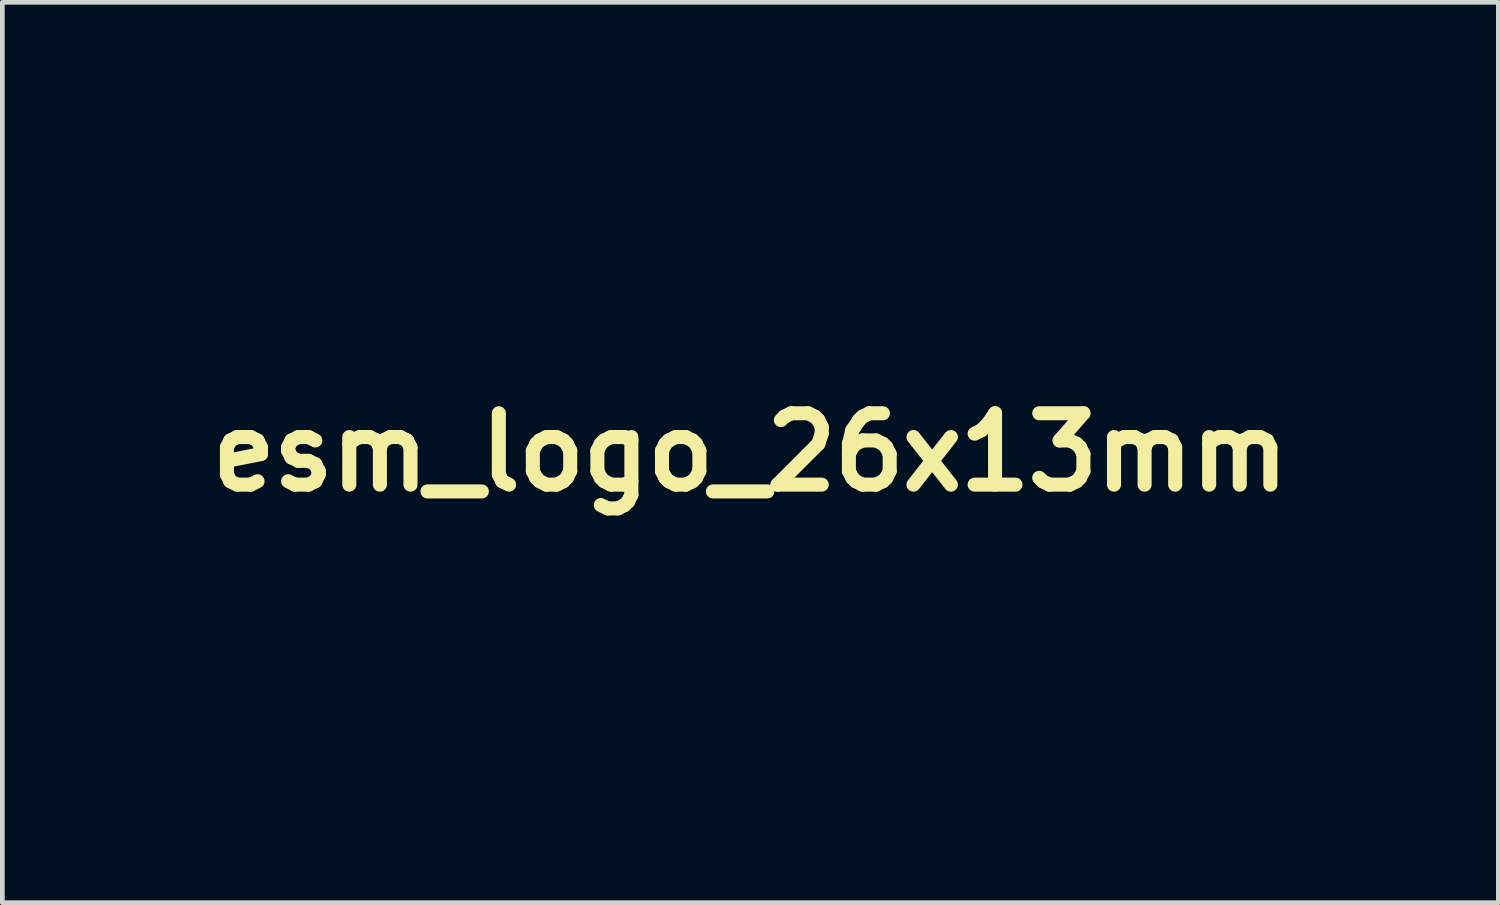
<source format=kicad_pcb>
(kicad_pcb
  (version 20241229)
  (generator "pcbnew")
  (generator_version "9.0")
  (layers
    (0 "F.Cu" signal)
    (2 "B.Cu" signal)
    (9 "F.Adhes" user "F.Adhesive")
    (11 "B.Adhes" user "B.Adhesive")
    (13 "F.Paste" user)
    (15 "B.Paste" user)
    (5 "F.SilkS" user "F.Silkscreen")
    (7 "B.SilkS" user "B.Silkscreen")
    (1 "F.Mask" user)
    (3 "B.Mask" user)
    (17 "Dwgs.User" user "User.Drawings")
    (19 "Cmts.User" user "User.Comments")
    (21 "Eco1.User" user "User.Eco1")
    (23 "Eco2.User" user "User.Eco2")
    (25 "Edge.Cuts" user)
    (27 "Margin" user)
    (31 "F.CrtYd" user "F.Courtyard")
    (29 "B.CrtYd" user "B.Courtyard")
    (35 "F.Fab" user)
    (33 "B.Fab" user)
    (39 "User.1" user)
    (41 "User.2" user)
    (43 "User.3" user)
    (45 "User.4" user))
  (footprint "esm_logo_26x13mm"
    (layer "F.Cu")
    (at 12.972 6.609)
    (property "Reference" "esm_logo_26x13mm" (at 0 0 0) (layer "F.SilkS") (effects (font (size 1.524 1.524) (thickness 0.3))))
    (attr through_hole)
    (fp_poly (pts (xy -12.961 6.601) (xy -12.954 6.607) (xy -12.954 6.608) (xy -12.959 6.61) (xy -12.961 6.611) (xy -12.967 6.606) (xy -12.967 6.604) (xy -12.963 6.6) (xy -12.961 6.601)) (stroke (width 0.01) (type solid)) (fill no) (layer "Eco2.User"))
    (fp_poly (pts (xy -12.956 -6.6) (xy -12.957 -6.597) (xy -12.963 -6.591) (xy -12.964 -6.591) (xy -12.967 -6.596) (xy -12.967 -6.597) (xy -12.962 -6.604) (xy -12.96 -6.604) (xy -12.956 -6.6)) (stroke (width 0.01) (type solid)) (fill no) (layer "Eco2.User"))
    (fp_poly (pts (xy 12.967 -6.599) (xy 12.967 -6.597) (xy 12.965 -6.591) (xy 12.964 -6.591) (xy 12.959 -6.596) (xy 12.957 -6.597) (xy 12.958 -6.603) (xy 12.96 -6.604) (xy 12.967 -6.599)) (stroke (width 0.01) (type solid)) (fill no) (layer "Eco2.User"))
    (fp_poly (pts (xy 12.967 6.603) (xy 12.967 6.604) (xy 12.962 6.61) (xy 12.96 6.611) (xy 12.956 6.607) (xy 12.957 6.604) (xy 12.963 6.598) (xy 12.964 6.597) (xy 12.967 6.603)) (stroke (width 0.01) (type solid)) (fill no) (layer "Eco2.User"))
    (fp_poly (pts (xy 5.547 1.763) (xy 5.573 1.769) (xy 5.591 1.779) (xy 5.602 1.795) (xy 5.607 1.809) (xy 5.608 1.82) (xy 5.609 1.842) (xy 5.61 1.876) (xy 5.611 1.919) (xy 5.612 1.97) (xy 5.613 2.029) (xy 5.613 2.093) (xy 5.614 2.162) (xy 5.614 2.235) (xy 5.614 2.311) (xy 5.614 2.388) (xy 5.614 2.465) (xy 5.614 2.541) (xy 5.614 2.615) (xy 5.613 2.686) (xy 5.613 2.752) (xy 5.612 2.812) (xy 5.612 2.866) (xy 5.611 2.912) (xy 5.61 2.948) (xy 5.609 2.974) (xy 5.608 2.989) (xy 5.607 2.991) (xy 5.598 3.011) (xy 5.585 3.025) (xy 5.584 3.026) (xy 5.567 3.033) (xy 5.542 3.037) (xy 5.513 3.039) (xy 5.483 3.039) (xy 5.459 3.036) (xy 5.453 3.035) (xy 5.434 3.025) (xy 5.42 3.011) (xy 5.418 3.007) (xy 5.417 3.002) (xy 5.415 2.994) (xy 5.414 2.984) (xy 5.413 2.97) (xy 5.412 2.95) (xy 5.411 2.926) (xy 5.41 2.895) (xy 5.409 2.856) (xy 5.409 2.81) (xy 5.409 2.755) (xy 5.408 2.69) (xy 5.408 2.615) (xy 5.407 2.529) (xy 5.407 2.43) (xy 5.407 2.414) (xy 5.407 2.298) (xy 5.407 2.194) (xy 5.407 2.103) (xy 5.407 2.024) (xy 5.408 1.958) (xy 5.408 1.904) (xy 5.409 1.863) (xy 5.41 1.833) (xy 5.411 1.815) (xy 5.412 1.81) (xy 5.42 1.789) (xy 5.433 1.775) (xy 5.453 1.767) (xy 5.482 1.762) (xy 5.51 1.762) (xy 5.547 1.763)) (stroke (width 0.01) (type solid)) (fill no) (layer "Eco2.User"))
    (fp_poly (pts (xy 10.106 -2.952) (xy 10.132 -2.947) (xy 10.15 -2.937) (xy 10.161 -2.921) (xy 10.166 -2.906) (xy 10.167 -2.896) (xy 10.168 -2.873) (xy 10.169 -2.839) (xy 10.17 -2.796) (xy 10.171 -2.745) (xy 10.172 -2.687) (xy 10.172 -2.622) (xy 10.173 -2.553) (xy 10.173 -2.48) (xy 10.173 -2.404) (xy 10.173 -2.327) (xy 10.173 -2.25) (xy 10.173 -2.174) (xy 10.173 -2.1) (xy 10.172 -2.03) (xy 10.172 -1.963) (xy 10.171 -1.903) (xy 10.171 -1.849) (xy 10.17 -1.804) (xy 10.169 -1.767) (xy 10.168 -1.741) (xy 10.167 -1.726) (xy 10.166 -1.724) (xy 10.157 -1.705) (xy 10.144 -1.69) (xy 10.143 -1.689) (xy 10.126 -1.683) (xy 10.101 -1.678) (xy 10.072 -1.676) (xy 10.042 -1.676) (xy 10.018 -1.679) (xy 10.012 -1.681) (xy 9.993 -1.691) (xy 9.979 -1.705) (xy 9.977 -1.708) (xy 9.976 -1.713) (xy 9.974 -1.721) (xy 9.973 -1.731) (xy 9.972 -1.746) (xy 9.971 -1.765) (xy 9.97 -1.79) (xy 9.969 -1.821) (xy 9.968 -1.859) (xy 9.968 -1.905) (xy 9.968 -1.96) (xy 9.967 -2.025) (xy 9.967 -2.1) (xy 9.966 -2.186) (xy 9.966 -2.285) (xy 9.966 -2.301) (xy 9.966 -2.418) (xy 9.966 -2.521) (xy 9.966 -2.613) (xy 9.966 -2.691) (xy 9.967 -2.757) (xy 9.967 -2.811) (xy 9.968 -2.853) (xy 9.969 -2.882) (xy 9.97 -2.9) (xy 9.971 -2.905) (xy 9.979 -2.926) (xy 9.992 -2.94) (xy 10.012 -2.949) (xy 10.041 -2.953) (xy 10.069 -2.954) (xy 10.106 -2.952)) (stroke (width 0.01) (type solid)) (fill no) (layer "Eco2.User"))
    (fp_poly (pts (xy 0.111 -3.119) (xy 0.129 -3.117) (xy 0.141 -3.113) (xy 0.152 -3.105) (xy 0.158 -3.101) (xy 0.179 -3.082) (xy 0.183 -2.624) (xy 0.184 -2.532) (xy 0.185 -2.452) (xy 0.185 -2.384) (xy 0.186 -2.326) (xy 0.187 -2.277) (xy 0.188 -2.236) (xy 0.19 -2.203) (xy 0.192 -2.176) (xy 0.194 -2.154) (xy 0.196 -2.137) (xy 0.199 -2.123) (xy 0.202 -2.112) (xy 0.206 -2.103) (xy 0.209 -2.095) (xy 0.226 -2.071) (xy 0.247 -2.051) (xy 0.261 -2.043) (xy 0.272 -2.041) (xy 0.296 -2.039) (xy 0.332 -2.037) (xy 0.38 -2.035) (xy 0.438 -2.034) (xy 0.508 -2.032) (xy 0.524 -2.032) (xy 0.59 -2.031) (xy 0.644 -2.03) (xy 0.688 -2.029) (xy 0.722 -2.028) (xy 0.748 -2.026) (xy 0.768 -2.023) (xy 0.782 -2.02) (xy 0.792 -2.015) (xy 0.799 -2.01) (xy 0.804 -2.003) (xy 0.809 -1.994) (xy 0.809 -1.994) (xy 0.812 -1.983) (xy 0.815 -1.965) (xy 0.816 -1.937) (xy 0.817 -1.899) (xy 0.817 -1.85) (xy 0.817 -1.802) (xy 0.816 -1.764) (xy 0.814 -1.737) (xy 0.811 -1.716) (xy 0.805 -1.702) (xy 0.798 -1.692) (xy 0.787 -1.683) (xy 0.78 -1.679) (xy 0.769 -1.676) (xy 0.747 -1.674) (xy 0.715 -1.672) (xy 0.676 -1.671) (xy 0.631 -1.67) (xy 0.582 -1.669) (xy 0.531 -1.669) (xy 0.479 -1.669) (xy 0.429 -1.669) (xy 0.383 -1.67) (xy 0.341 -1.672) (xy 0.306 -1.673) (xy 0.279 -1.675) (xy 0.27 -1.677) (xy 0.221 -1.687) (xy 0.181 -1.699) (xy 0.148 -1.716) (xy 0.117 -1.739) (xy 0.097 -1.758) (xy 0.071 -1.786) (xy 0.053 -1.811) (xy 0.039 -1.839) (xy 0.038 -1.844) (xy 0.029 -1.867) (xy 0.021 -1.891) (xy 0.014 -1.917) (xy 0.009 -1.945) (xy 0.004 -1.977) (xy -0.001 -2.013) (xy -0.004 -2.054) (xy -0.007 -2.101) (xy -0.009 -2.155) (xy -0.01 -2.218) (xy -0.011 -2.289) (xy -0.012 -2.37) (xy -0.012 -2.461) (xy -0.012 -2.565) (xy -0.012 -2.633) (xy -0.01 -3.082) (xy 0.011 -3.101) (xy 0.023 -3.11) (xy 0.035 -3.116) (xy 0.049 -3.119) (xy 0.071 -3.12) (xy 0.085 -3.12) (xy 0.111 -3.119)) (stroke (width 0.01) (type solid)) (fill no) (layer "Eco2.User"))
    (fp_poly (pts (xy 4.512 -2.96) (xy 4.586 -2.96) (xy 4.65 -2.96) (xy 4.703 -2.959) (xy 4.748 -2.959) (xy 4.784 -2.958) (xy 4.814 -2.958) (xy 4.838 -2.957) (xy 4.857 -2.955) (xy 4.872 -2.954) (xy 4.884 -2.952) (xy 4.894 -2.95) (xy 4.899 -2.949) (xy 4.957 -2.929) (xy 5.003 -2.903) (xy 5.039 -2.87) (xy 5.066 -2.828) (xy 5.083 -2.778) (xy 5.087 -2.761) (xy 5.091 -2.721) (xy 5.089 -2.684) (xy 5.082 -2.654) (xy 5.071 -2.634) (xy 5.056 -2.622) (xy 5.035 -2.612) (xy 5.031 -2.611) (xy 5.019 -2.61) (xy 4.995 -2.609) (xy 4.961 -2.608) (xy 4.92 -2.607) (xy 4.872 -2.606) (xy 4.82 -2.605) (xy 4.78 -2.605) (xy 4.719 -2.605) (xy 4.671 -2.605) (xy 4.632 -2.605) (xy 4.603 -2.604) (xy 4.582 -2.603) (xy 4.566 -2.602) (xy 4.556 -2.6) (xy 4.549 -2.598) (xy 4.545 -2.595) (xy 4.544 -2.593) (xy 4.542 -2.59) (xy 4.54 -2.585) (xy 4.538 -2.576) (xy 4.537 -2.564) (xy 4.536 -2.547) (xy 4.535 -2.524) (xy 4.534 -2.494) (xy 4.534 -2.456) (xy 4.533 -2.41) (xy 4.533 -2.354) (xy 4.533 -2.287) (xy 4.533 -2.208) (xy 4.533 -2.165) (xy 4.533 -2.07) (xy 4.532 -1.985) (xy 4.532 -1.912) (xy 4.531 -1.85) (xy 4.53 -1.8) (xy 4.529 -1.763) (xy 4.528 -1.737) (xy 4.526 -1.724) (xy 4.526 -1.724) (xy 4.517 -1.705) (xy 4.504 -1.69) (xy 4.503 -1.689) (xy 4.486 -1.683) (xy 4.461 -1.678) (xy 4.431 -1.676) (xy 4.402 -1.676) (xy 4.378 -1.679) (xy 4.372 -1.681) (xy 4.363 -1.683) (xy 4.356 -1.686) (xy 4.35 -1.689) (xy 4.345 -1.694) (xy 4.34 -1.702) (xy 4.337 -1.714) (xy 4.334 -1.73) (xy 4.332 -1.752) (xy 4.33 -1.78) (xy 4.329 -1.816) (xy 4.328 -1.86) (xy 4.327 -1.913) (xy 4.327 -1.976) (xy 4.326 -2.05) (xy 4.326 -2.137) (xy 4.326 -2.152) (xy 4.326 -2.238) (xy 4.325 -2.312) (xy 4.325 -2.375) (xy 4.324 -2.428) (xy 4.324 -2.471) (xy 4.323 -2.506) (xy 4.322 -2.534) (xy 4.321 -2.555) (xy 4.32 -2.57) (xy 4.318 -2.581) (xy 4.317 -2.588) (xy 4.315 -2.592) (xy 4.314 -2.593) (xy 4.31 -2.596) (xy 4.305 -2.598) (xy 4.295 -2.6) (xy 4.282 -2.602) (xy 4.262 -2.603) (xy 4.235 -2.604) (xy 4.199 -2.605) (xy 4.154 -2.606) (xy 4.097 -2.606) (xy 4.062 -2.606) (xy 3.994 -2.607) (xy 3.939 -2.608) (xy 3.894 -2.609) (xy 3.86 -2.61) (xy 3.835 -2.612) (xy 3.817 -2.614) (xy 3.807 -2.616) (xy 3.805 -2.617) (xy 3.788 -2.63) (xy 3.776 -2.648) (xy 3.77 -2.673) (xy 3.768 -2.707) (xy 3.768 -2.716) (xy 3.773 -2.774) (xy 3.787 -2.824) (xy 3.811 -2.865) (xy 3.845 -2.899) (xy 3.89 -2.926) (xy 3.944 -2.945) (xy 3.955 -2.948) (xy 3.965 -2.951) (xy 3.975 -2.953) (xy 3.988 -2.955) (xy 4.003 -2.956) (xy 4.022 -2.957) (xy 4.045 -2.958) (xy 4.075 -2.959) (xy 4.111 -2.959) (xy 4.155 -2.96) (xy 4.209 -2.96) (xy 4.272 -2.96) (xy 4.346 -2.96) (xy 4.425 -2.96) (xy 4.512 -2.96)) (stroke (width 0.01) (type solid)) (fill no) (layer "Eco2.User"))
    (fp_poly (pts (xy 7.506 -2.985) (xy 7.599 -2.98) (xy 7.687 -2.969) (xy 7.767 -2.953) (xy 7.816 -2.94) (xy 7.874 -2.919) (xy 7.921 -2.895) (xy 7.964 -2.865) (xy 7.993 -2.839) (xy 8.021 -2.808) (xy 8.045 -2.774) (xy 8.066 -2.737) (xy 8.082 -2.695) (xy 8.095 -2.647) (xy 8.105 -2.592) (xy 8.112 -2.528) (xy 8.116 -2.454) (xy 8.118 -2.369) (xy 8.118 -2.319) (xy 8.118 -2.241) (xy 8.116 -2.175) (xy 8.113 -2.118) (xy 8.108 -2.068) (xy 8.102 -2.025) (xy 8.093 -1.986) (xy 8.088 -1.966) (xy 8.065 -1.902) (xy 8.033 -1.846) (xy 7.991 -1.797) (xy 7.94 -1.757) (xy 7.878 -1.723) (xy 7.806 -1.696) (xy 7.723 -1.676) (xy 7.691 -1.67) (xy 7.666 -1.667) (xy 7.631 -1.664) (xy 7.588 -1.662) (xy 7.541 -1.66) (xy 7.491 -1.658) (xy 7.442 -1.657) (xy 7.395 -1.656) (xy 7.353 -1.656) (xy 7.319 -1.657) (xy 7.296 -1.658) (xy 7.294 -1.658) (xy 7.211 -1.67) (xy 7.139 -1.683) (xy 7.077 -1.698) (xy 7.024 -1.716) (xy 6.979 -1.737) (xy 6.939 -1.762) (xy 6.904 -1.791) (xy 6.894 -1.801) (xy 6.866 -1.832) (xy 6.842 -1.866) (xy 6.822 -1.903) (xy 6.806 -1.945) (xy 6.793 -1.994) (xy 6.783 -2.05) (xy 6.777 -2.114) (xy 6.772 -2.188) (xy 6.77 -2.273) (xy 6.77 -2.319) (xy 6.77 -2.33) (xy 6.952 -2.33) (xy 6.953 -2.287) (xy 6.954 -2.245) (xy 6.956 -2.209) (xy 6.959 -2.181) (xy 6.961 -2.171) (xy 6.976 -2.129) (xy 6.999 -2.095) (xy 7.03 -2.069) (xy 7.07 -2.049) (xy 7.12 -2.034) (xy 7.18 -2.026) (xy 7.207 -2.024) (xy 7.245 -2.023) (xy 7.291 -2.021) (xy 7.343 -2.021) (xy 7.4 -2.02) (xy 7.457 -2.02) (xy 7.515 -2.02) (xy 7.569 -2.021) (xy 7.618 -2.022) (xy 7.66 -2.023) (xy 7.691 -2.025) (xy 7.701 -2.026) (xy 7.761 -2.034) (xy 7.811 -2.047) (xy 7.852 -2.067) (xy 7.884 -2.093) (xy 7.907 -2.127) (xy 7.924 -2.17) (xy 7.934 -2.223) (xy 7.939 -2.287) (xy 7.939 -2.317) (xy 7.937 -2.384) (xy 7.931 -2.44) (xy 7.92 -2.486) (xy 7.902 -2.523) (xy 7.879 -2.552) (xy 7.848 -2.576) (xy 7.81 -2.594) (xy 7.78 -2.603) (xy 7.757 -2.607) (xy 7.724 -2.611) (xy 7.681 -2.614) (xy 7.63 -2.616) (xy 7.574 -2.618) (xy 7.514 -2.619) (xy 7.452 -2.619) (xy 7.389 -2.619) (xy 7.328 -2.618) (xy 7.27 -2.616) (xy 7.217 -2.614) (xy 7.171 -2.611) (xy 7.134 -2.608) (xy 7.108 -2.603) (xy 7.102 -2.602) (xy 7.053 -2.584) (xy 7.015 -2.559) (xy 6.987 -2.527) (xy 6.967 -2.486) (xy 6.961 -2.466) (xy 6.957 -2.444) (xy 6.955 -2.412) (xy 6.953 -2.373) (xy 6.952 -2.33) (xy 6.77 -2.33) (xy 6.771 -2.41) (xy 6.774 -2.489) (xy 6.78 -2.559) (xy 6.788 -2.618) (xy 6.799 -2.67) (xy 6.813 -2.716) (xy 6.832 -2.755) (xy 6.854 -2.79) (xy 6.88 -2.823) (xy 6.896 -2.839) (xy 6.936 -2.874) (xy 6.98 -2.902) (xy 7.03 -2.925) (xy 7.072 -2.94) (xy 7.146 -2.959) (xy 7.229 -2.973) (xy 7.319 -2.982) (xy 7.412 -2.986) (xy 7.506 -2.985)) (stroke (width 0.01) (type solid)) (fill no) (layer "Eco2.User"))
    (fp_poly (pts (xy 0.801 -0.624) (xy 0.887 -0.616) (xy 0.966 -0.604) (xy 1.036 -0.587) (xy 1.052 -0.582) (xy 1.109 -0.561) (xy 1.156 -0.536) (xy 1.198 -0.507) (xy 1.226 -0.481) (xy 1.254 -0.45) (xy 1.279 -0.417) (xy 1.299 -0.38) (xy 1.315 -0.338) (xy 1.328 -0.29) (xy 1.338 -0.235) (xy 1.345 -0.171) (xy 1.349 -0.097) (xy 1.351 -0.012) (xy 1.351 0.039) (xy 1.351 0.116) (xy 1.349 0.182) (xy 1.346 0.239) (xy 1.341 0.288) (xy 1.335 0.331) (xy 1.327 0.37) (xy 1.321 0.392) (xy 1.298 0.456) (xy 1.266 0.512) (xy 1.224 0.56) (xy 1.173 0.601) (xy 1.111 0.635) (xy 1.039 0.661) (xy 0.956 0.682) (xy 0.924 0.687) (xy 0.899 0.69) (xy 0.864 0.693) (xy 0.821 0.696) (xy 0.774 0.698) (xy 0.724 0.7) (xy 0.675 0.701) (xy 0.628 0.702) (xy 0.586 0.702) (xy 0.552 0.701) (xy 0.529 0.699) (xy 0.528 0.699) (xy 0.444 0.688) (xy 0.372 0.675) (xy 0.311 0.659) (xy 0.258 0.642) (xy 0.212 0.62) (xy 0.172 0.595) (xy 0.137 0.566) (xy 0.127 0.557) (xy 0.099 0.525) (xy 0.075 0.492) (xy 0.055 0.454) (xy 0.039 0.411) (xy 0.026 0.363) (xy 0.016 0.306) (xy 0.01 0.242) (xy 0.005 0.167) (xy 0.003 0.081) (xy 0.003 0.039) (xy 0.003 0.027) (xy 0.185 0.027) (xy 0.186 0.071) (xy 0.187 0.113) (xy 0.189 0.149) (xy 0.192 0.177) (xy 0.194 0.187) (xy 0.209 0.229) (xy 0.232 0.262) (xy 0.263 0.289) (xy 0.303 0.309) (xy 0.353 0.323) (xy 0.413 0.332) (xy 0.44 0.334) (xy 0.478 0.335) (xy 0.524 0.336) (xy 0.576 0.337) (xy 0.633 0.338) (xy 0.691 0.338) (xy 0.748 0.337) (xy 0.802 0.337) (xy 0.851 0.336) (xy 0.893 0.334) (xy 0.925 0.333) (xy 0.934 0.332) (xy 0.994 0.324) (xy 1.044 0.31) (xy 1.085 0.291) (xy 1.117 0.265) (xy 1.141 0.231) (xy 1.157 0.188) (xy 1.167 0.135) (xy 1.172 0.071) (xy 1.172 0.04) (xy 1.17 -0.027) (xy 1.164 -0.083) (xy 1.153 -0.128) (xy 1.136 -0.165) (xy 1.112 -0.195) (xy 1.081 -0.218) (xy 1.043 -0.236) (xy 1.013 -0.246) (xy 0.991 -0.25) (xy 0.957 -0.253) (xy 0.914 -0.256) (xy 0.864 -0.258) (xy 0.807 -0.26) (xy 0.747 -0.261) (xy 0.685 -0.261) (xy 0.622 -0.261) (xy 0.561 -0.26) (xy 0.503 -0.258) (xy 0.45 -0.256) (xy 0.405 -0.253) (xy 0.368 -0.25) (xy 0.341 -0.246) (xy 0.335 -0.244) (xy 0.287 -0.227) (xy 0.248 -0.202) (xy 0.22 -0.169) (xy 0.2 -0.128) (xy 0.194 -0.109) (xy 0.191 -0.087) (xy 0.188 -0.054) (xy 0.186 -0.015) (xy 0.185 0.027) (xy 0.003 0.027) (xy 0.004 -0.052) (xy 0.007 -0.132) (xy 0.013 -0.201) (xy 0.021 -0.261) (xy 0.032 -0.313) (xy 0.047 -0.358) (xy 0.065 -0.397) (xy 0.087 -0.432) (xy 0.113 -0.465) (xy 0.129 -0.481) (xy 0.169 -0.516) (xy 0.212 -0.544) (xy 0.261 -0.567) (xy 0.303 -0.582) (xy 0.371 -0.6) (xy 0.448 -0.614) (xy 0.532 -0.623) (xy 0.621 -0.628) (xy 0.712 -0.628) (xy 0.801 -0.624)) (stroke (width 0.01) (type solid)) (fill no) (layer "Eco2.User"))
    (fp_poly (pts (xy 1.683 -0.594) (xy 1.709 -0.587) (xy 1.726 -0.575) (xy 1.736 -0.556) (xy 1.739 -0.549) (xy 1.74 -0.536) (xy 1.742 -0.511) (xy 1.743 -0.473) (xy 1.744 -0.425) (xy 1.745 -0.366) (xy 1.745 -0.296) (xy 1.745 -0.218) (xy 1.745 -0.204) (xy 1.746 -0.127) (xy 1.746 -0.057) (xy 1.747 0.006) (xy 1.748 0.061) (xy 1.749 0.106) (xy 1.75 0.14) (xy 1.752 0.163) (xy 1.752 0.167) (xy 1.764 0.217) (xy 1.782 0.258) (xy 1.806 0.288) (xy 1.816 0.296) (xy 1.832 0.305) (xy 1.848 0.313) (xy 1.866 0.32) (xy 1.888 0.325) (xy 1.915 0.329) (xy 1.949 0.332) (xy 1.992 0.334) (xy 2.044 0.335) (xy 2.107 0.337) (xy 2.123 0.337) (xy 2.206 0.338) (xy 2.277 0.338) (xy 2.337 0.336) (xy 2.387 0.333) (xy 2.429 0.329) (xy 2.464 0.323) (xy 2.492 0.315) (xy 2.516 0.305) (xy 2.535 0.292) (xy 2.552 0.278) (xy 2.556 0.273) (xy 2.565 0.263) (xy 2.573 0.253) (xy 2.579 0.243) (xy 2.585 0.23) (xy 2.589 0.215) (xy 2.593 0.197) (xy 2.596 0.173) (xy 2.598 0.143) (xy 2.6 0.107) (xy 2.601 0.062) (xy 2.602 0.008) (xy 2.603 -0.056) (xy 2.604 -0.132) (xy 2.605 -0.186) (xy 2.606 -0.269) (xy 2.607 -0.34) (xy 2.608 -0.4) (xy 2.609 -0.449) (xy 2.61 -0.488) (xy 2.611 -0.518) (xy 2.613 -0.541) (xy 2.614 -0.555) (xy 2.616 -0.564) (xy 2.617 -0.565) (xy 2.629 -0.58) (xy 2.646 -0.589) (xy 2.672 -0.594) (xy 2.703 -0.596) (xy 2.739 -0.594) (xy 2.764 -0.587) (xy 2.781 -0.575) (xy 2.791 -0.556) (xy 2.794 -0.549) (xy 2.795 -0.537) (xy 2.796 -0.513) (xy 2.798 -0.48) (xy 2.799 -0.437) (xy 2.799 -0.387) (xy 2.8 -0.332) (xy 2.8 -0.272) (xy 2.8 -0.21) (xy 2.8 -0.145) (xy 2.8 -0.081) (xy 2.8 -0.019) (xy 2.799 0.041) (xy 2.799 0.097) (xy 2.798 0.146) (xy 2.796 0.189) (xy 2.795 0.223) (xy 2.794 0.241) (xy 2.788 0.303) (xy 2.781 0.355) (xy 2.771 0.399) (xy 2.759 0.439) (xy 2.743 0.478) (xy 2.742 0.479) (xy 2.711 0.53) (xy 2.671 0.575) (xy 2.622 0.612) (xy 2.564 0.643) (xy 2.495 0.667) (xy 2.415 0.685) (xy 2.326 0.697) (xy 2.224 0.702) (xy 2.162 0.702) (xy 2.125 0.702) (xy 2.09 0.701) (xy 2.062 0.7) (xy 2.042 0.7) (xy 2.035 0.699) (xy 1.959 0.689) (xy 1.894 0.677) (xy 1.838 0.663) (xy 1.791 0.646) (xy 1.749 0.626) (xy 1.712 0.602) (xy 1.678 0.573) (xy 1.677 0.572) (xy 1.644 0.536) (xy 1.617 0.497) (xy 1.596 0.451) (xy 1.579 0.397) (xy 1.567 0.335) (xy 1.558 0.262) (xy 1.557 0.241) (xy 1.555 0.214) (xy 1.554 0.178) (xy 1.553 0.133) (xy 1.552 0.081) (xy 1.551 0.025) (xy 1.551 -0.036) (xy 1.55 -0.099) (xy 1.55 -0.164) (xy 1.55 -0.228) (xy 1.55 -0.29) (xy 1.551 -0.348) (xy 1.551 -0.402) (xy 1.552 -0.45) (xy 1.553 -0.49) (xy 1.554 -0.521) (xy 1.556 -0.541) (xy 1.557 -0.549) (xy 1.566 -0.57) (xy 1.581 -0.584) (xy 1.603 -0.592) (xy 1.636 -0.596) (xy 1.648 -0.596) (xy 1.683 -0.594)) (stroke (width 0.01) (type solid)) (fill no) (layer "Eco2.User"))
    (fp_poly (pts (xy 3.299 -2.968) (xy 3.347 -2.966) (xy 3.388 -2.963) (xy 3.423 -2.959) (xy 3.454 -2.953) (xy 3.483 -2.946) (xy 3.501 -2.941) (xy 3.552 -2.92) (xy 3.592 -2.893) (xy 3.622 -2.859) (xy 3.643 -2.816) (xy 3.654 -2.772) (xy 3.658 -2.735) (xy 3.658 -2.699) (xy 3.654 -2.667) (xy 3.646 -2.644) (xy 3.644 -2.64) (xy 3.64 -2.634) (xy 3.635 -2.628) (xy 3.63 -2.624) (xy 3.623 -2.62) (xy 3.613 -2.617) (xy 3.598 -2.614) (xy 3.579 -2.612) (xy 3.554 -2.611) (xy 3.522 -2.609) (xy 3.483 -2.608) (xy 3.434 -2.607) (xy 3.376 -2.606) (xy 3.308 -2.606) (xy 3.228 -2.605) (xy 3.178 -2.604) (xy 3.09 -2.604) (xy 3.014 -2.603) (xy 2.949 -2.602) (xy 2.894 -2.601) (xy 2.849 -2.6) (xy 2.811 -2.599) (xy 2.781 -2.598) (xy 2.758 -2.596) (xy 2.739 -2.595) (xy 2.726 -2.593) (xy 2.715 -2.591) (xy 2.714 -2.591) (xy 2.672 -2.576) (xy 2.638 -2.557) (xy 2.612 -2.531) (xy 2.592 -2.498) (xy 2.578 -2.456) (xy 2.57 -2.405) (xy 2.567 -2.343) (xy 2.568 -2.289) (xy 2.572 -2.231) (xy 2.579 -2.184) (xy 2.589 -2.146) (xy 2.604 -2.116) (xy 2.625 -2.093) (xy 2.651 -2.075) (xy 2.659 -2.07) (xy 2.672 -2.064) (xy 2.684 -2.059) (xy 2.698 -2.054) (xy 2.713 -2.05) (xy 2.732 -2.047) (xy 2.755 -2.044) (xy 2.783 -2.042) (xy 2.817 -2.04) (xy 2.858 -2.038) (xy 2.907 -2.037) (xy 2.965 -2.036) (xy 3.033 -2.035) (xy 3.113 -2.034) (xy 3.191 -2.033) (xy 3.277 -2.032) (xy 3.352 -2.031) (xy 3.415 -2.031) (xy 3.467 -2.03) (xy 3.511 -2.029) (xy 3.546 -2.027) (xy 3.574 -2.026) (xy 3.596 -2.024) (xy 3.612 -2.021) (xy 3.624 -2.018) (xy 3.633 -2.015) (xy 3.638 -2.01) (xy 3.642 -2.005) (xy 3.646 -1.999) (xy 3.648 -1.994) (xy 3.654 -1.976) (xy 3.656 -1.949) (xy 3.657 -1.917) (xy 3.655 -1.883) (xy 3.651 -1.851) (xy 3.645 -1.825) (xy 3.644 -1.824) (xy 3.626 -1.787) (xy 3.597 -1.753) (xy 3.562 -1.724) (xy 3.528 -1.707) (xy 3.502 -1.698) (xy 3.476 -1.691) (xy 3.448 -1.685) (xy 3.417 -1.68) (xy 3.38 -1.677) (xy 3.337 -1.674) (xy 3.286 -1.672) (xy 3.224 -1.671) (xy 3.178 -1.671) (xy 3.124 -1.67) (xy 3.072 -1.67) (xy 3.022 -1.671) (xy 2.978 -1.671) (xy 2.942 -1.672) (xy 2.917 -1.674) (xy 2.911 -1.674) (xy 2.823 -1.684) (xy 2.747 -1.698) (xy 2.681 -1.715) (xy 2.623 -1.737) (xy 2.574 -1.763) (xy 2.53 -1.795) (xy 2.507 -1.816) (xy 2.48 -1.847) (xy 2.456 -1.879) (xy 2.437 -1.914) (xy 2.422 -1.954) (xy 2.41 -1.999) (xy 2.4 -2.053) (xy 2.393 -2.115) (xy 2.389 -2.187) (xy 2.386 -2.26) (xy 2.385 -2.334) (xy 2.386 -2.407) (xy 2.389 -2.479) (xy 2.395 -2.544) (xy 2.402 -2.602) (xy 2.407 -2.631) (xy 2.427 -2.701) (xy 2.457 -2.761) (xy 2.496 -2.814) (xy 2.546 -2.858) (xy 2.605 -2.893) (xy 2.607 -2.894) (xy 2.643 -2.91) (xy 2.678 -2.924) (xy 2.713 -2.935) (xy 2.751 -2.944) (xy 2.792 -2.952) (xy 2.838 -2.957) (xy 2.892 -2.962) (xy 2.953 -2.965) (xy 3.025 -2.967) (xy 3.098 -2.968) (xy 3.176 -2.969) (xy 3.243 -2.969) (xy 3.299 -2.968)) (stroke (width 0.01) (type solid)) (fill no) (layer "Eco2.User"))
    (fp_poly (pts (xy 3.299 1.747) (xy 3.347 1.749) (xy 3.388 1.752) (xy 3.423 1.756) (xy 3.454 1.762) (xy 3.483 1.769) (xy 3.501 1.774) (xy 3.552 1.795) (xy 3.592 1.822) (xy 3.622 1.857) (xy 3.643 1.899) (xy 3.654 1.943) (xy 3.658 1.98) (xy 3.658 2.016) (xy 3.654 2.048) (xy 3.646 2.072) (xy 3.644 2.076) (xy 3.64 2.082) (xy 3.635 2.087) (xy 3.63 2.091) (xy 3.623 2.095) (xy 3.613 2.098) (xy 3.598 2.101) (xy 3.579 2.103) (xy 3.554 2.105) (xy 3.522 2.106) (xy 3.483 2.107) (xy 3.434 2.108) (xy 3.376 2.109) (xy 3.308 2.11) (xy 3.228 2.11) (xy 3.178 2.111) (xy 3.09 2.112) (xy 3.014 2.113) (xy 2.949 2.113) (xy 2.894 2.114) (xy 2.849 2.115) (xy 2.811 2.116) (xy 2.781 2.118) (xy 2.758 2.119) (xy 2.739 2.12) (xy 2.726 2.122) (xy 2.715 2.124) (xy 2.714 2.125) (xy 2.672 2.139) (xy 2.638 2.159) (xy 2.612 2.185) (xy 2.592 2.218) (xy 2.578 2.259) (xy 2.57 2.311) (xy 2.567 2.372) (xy 2.568 2.426) (xy 2.572 2.484) (xy 2.579 2.532) (xy 2.589 2.569) (xy 2.604 2.599) (xy 2.625 2.622) (xy 2.651 2.641) (xy 2.659 2.645) (xy 2.672 2.651) (xy 2.684 2.657) (xy 2.698 2.661) (xy 2.713 2.665) (xy 2.732 2.668) (xy 2.755 2.671) (xy 2.783 2.673) (xy 2.817 2.675) (xy 2.858 2.677) (xy 2.907 2.678) (xy 2.965 2.679) (xy 3.033 2.68) (xy 3.113 2.681) (xy 3.191 2.682) (xy 3.277 2.683) (xy 3.352 2.684) (xy 3.415 2.685) (xy 3.467 2.686) (xy 3.511 2.687) (xy 3.546 2.688) (xy 3.574 2.689) (xy 3.596 2.691) (xy 3.612 2.694) (xy 3.624 2.697) (xy 3.633 2.701) (xy 3.638 2.705) (xy 3.642 2.71) (xy 3.646 2.717) (xy 3.648 2.721) (xy 3.654 2.739) (xy 3.656 2.766) (xy 3.657 2.799) (xy 3.655 2.833) (xy 3.651 2.865) (xy 3.645 2.891) (xy 3.644 2.891) (xy 3.626 2.929) (xy 3.597 2.963) (xy 3.562 2.991) (xy 3.528 3.008) (xy 3.502 3.017) (xy 3.476 3.024) (xy 3.448 3.03) (xy 3.417 3.035) (xy 3.38 3.039) (xy 3.337 3.041) (xy 3.286 3.043) (xy 3.224 3.044) (xy 3.178 3.045) (xy 3.124 3.045) (xy 3.072 3.045) (xy 3.022 3.045) (xy 2.978 3.044) (xy 2.942 3.043) (xy 2.917 3.042) (xy 2.911 3.041) (xy 2.82 3.03) (xy 2.74 3.016) (xy 2.671 2.997) (xy 2.612 2.973) (xy 2.561 2.945) (xy 2.518 2.911) (xy 2.502 2.895) (xy 2.475 2.863) (xy 2.453 2.83) (xy 2.434 2.794) (xy 2.42 2.753) (xy 2.408 2.706) (xy 2.399 2.652) (xy 2.392 2.588) (xy 2.388 2.514) (xy 2.386 2.455) (xy 2.385 2.382) (xy 2.386 2.308) (xy 2.389 2.237) (xy 2.395 2.171) (xy 2.402 2.114) (xy 2.407 2.084) (xy 2.427 2.015) (xy 2.457 1.954) (xy 2.496 1.901) (xy 2.546 1.857) (xy 2.605 1.822) (xy 2.607 1.821) (xy 2.643 1.805) (xy 2.678 1.791) (xy 2.713 1.78) (xy 2.751 1.771) (xy 2.792 1.764) (xy 2.838 1.758) (xy 2.892 1.754) (xy 2.953 1.751) (xy 3.025 1.748) (xy 3.098 1.747) (xy 3.176 1.746) (xy 3.243 1.746) (xy 3.299 1.747)) (stroke (width 0.01) (type solid)) (fill no) (layer "Eco2.User"))
    (fp_poly (pts (xy 11.284 -2.968) (xy 11.332 -2.966) (xy 11.373 -2.963) (xy 11.408 -2.959) (xy 11.439 -2.953) (xy 11.468 -2.946) (xy 11.486 -2.941) (xy 11.537 -2.92) (xy 11.577 -2.893) (xy 11.607 -2.859) (xy 11.628 -2.816) (xy 11.639 -2.772) (xy 11.643 -2.735) (xy 11.642 -2.699) (xy 11.638 -2.667) (xy 11.631 -2.644) (xy 11.628 -2.64) (xy 11.624 -2.634) (xy 11.62 -2.628) (xy 11.615 -2.624) (xy 11.608 -2.62) (xy 11.597 -2.617) (xy 11.583 -2.614) (xy 11.564 -2.612) (xy 11.539 -2.611) (xy 11.507 -2.609) (xy 11.467 -2.608) (xy 11.419 -2.607) (xy 11.361 -2.606) (xy 11.292 -2.606) (xy 11.212 -2.605) (xy 11.163 -2.604) (xy 11.075 -2.604) (xy 10.999 -2.603) (xy 10.934 -2.602) (xy 10.879 -2.601) (xy 10.833 -2.6) (xy 10.796 -2.599) (xy 10.766 -2.598) (xy 10.742 -2.596) (xy 10.724 -2.595) (xy 10.71 -2.593) (xy 10.7 -2.591) (xy 10.699 -2.591) (xy 10.657 -2.576) (xy 10.623 -2.557) (xy 10.597 -2.531) (xy 10.577 -2.498) (xy 10.563 -2.456) (xy 10.555 -2.405) (xy 10.552 -2.343) (xy 10.553 -2.289) (xy 10.556 -2.231) (xy 10.563 -2.184) (xy 10.574 -2.146) (xy 10.589 -2.116) (xy 10.609 -2.093) (xy 10.635 -2.075) (xy 10.644 -2.07) (xy 10.656 -2.064) (xy 10.669 -2.059) (xy 10.682 -2.054) (xy 10.698 -2.05) (xy 10.717 -2.047) (xy 10.74 -2.044) (xy 10.767 -2.042) (xy 10.801 -2.04) (xy 10.842 -2.038) (xy 10.892 -2.037) (xy 10.95 -2.036) (xy 11.018 -2.035) (xy 11.098 -2.034) (xy 11.176 -2.033) (xy 11.262 -2.032) (xy 11.336 -2.031) (xy 11.399 -2.031) (xy 11.452 -2.03) (xy 11.496 -2.029) (xy 11.531 -2.027) (xy 11.559 -2.026) (xy 11.581 -2.024) (xy 11.597 -2.021) (xy 11.609 -2.018) (xy 11.617 -2.015) (xy 11.623 -2.01) (xy 11.627 -2.005) (xy 11.631 -1.999) (xy 11.633 -1.994) (xy 11.638 -1.976) (xy 11.641 -1.949) (xy 11.642 -1.917) (xy 11.64 -1.883) (xy 11.636 -1.851) (xy 11.629 -1.825) (xy 11.629 -1.824) (xy 11.61 -1.787) (xy 11.582 -1.753) (xy 11.546 -1.724) (xy 11.512 -1.707) (xy 11.486 -1.698) (xy 11.46 -1.691) (xy 11.433 -1.685) (xy 11.401 -1.68) (xy 11.365 -1.677) (xy 11.322 -1.674) (xy 11.27 -1.672) (xy 11.208 -1.671) (xy 11.163 -1.671) (xy 11.109 -1.67) (xy 11.056 -1.67) (xy 11.007 -1.671) (xy 10.963 -1.671) (xy 10.927 -1.672) (xy 10.901 -1.674) (xy 10.896 -1.674) (xy 10.808 -1.684) (xy 10.732 -1.698) (xy 10.665 -1.715) (xy 10.608 -1.737) (xy 10.558 -1.763) (xy 10.515 -1.795) (xy 10.492 -1.816) (xy 10.464 -1.847) (xy 10.441 -1.879) (xy 10.422 -1.914) (xy 10.407 -1.954) (xy 10.395 -1.999) (xy 10.385 -2.053) (xy 10.378 -2.115) (xy 10.373 -2.187) (xy 10.37 -2.26) (xy 10.369 -2.334) (xy 10.371 -2.407) (xy 10.374 -2.479) (xy 10.38 -2.544) (xy 10.387 -2.602) (xy 10.392 -2.631) (xy 10.412 -2.701) (xy 10.441 -2.761) (xy 10.481 -2.814) (xy 10.53 -2.858) (xy 10.589 -2.893) (xy 10.592 -2.894) (xy 10.627 -2.91) (xy 10.662 -2.924) (xy 10.698 -2.935) (xy 10.735 -2.944) (xy 10.777 -2.952) (xy 10.823 -2.957) (xy 10.876 -2.962) (xy 10.938 -2.965) (xy 11.01 -2.967) (xy 11.083 -2.968) (xy 11.161 -2.969) (xy 11.228 -2.969) (xy 11.284 -2.968)) (stroke (width 0.01) (type solid)) (fill no) (layer "Eco2.User"))
    (fp_poly (pts (xy 5.105 -0.61) (xy 5.166 -0.609) (xy 5.225 -0.609) (xy 5.281 -0.608) (xy 5.332 -0.607) (xy 5.377 -0.605) (xy 5.414 -0.604) (xy 5.442 -0.602) (xy 5.454 -0.601) (xy 5.545 -0.584) (xy 5.625 -0.561) (xy 5.693 -0.533) (xy 5.749 -0.498) (xy 5.782 -0.47) (xy 5.816 -0.431) (xy 5.845 -0.382) (xy 5.869 -0.327) (xy 5.884 -0.274) (xy 5.892 -0.218) (xy 5.899 -0.153) (xy 5.904 -0.082) (xy 5.906 -0.006) (xy 5.906 0.071) (xy 5.904 0.147) (xy 5.899 0.219) (xy 5.893 0.285) (xy 5.884 0.343) (xy 5.877 0.374) (xy 5.856 0.438) (xy 5.823 0.495) (xy 5.782 0.545) (xy 5.732 0.585) (xy 5.7 0.604) (xy 5.655 0.625) (xy 5.609 0.643) (xy 5.56 0.657) (xy 5.504 0.668) (xy 5.441 0.677) (xy 5.37 0.684) (xy 5.346 0.685) (xy 5.312 0.686) (xy 5.27 0.687) (xy 5.221 0.688) (xy 5.168 0.689) (xy 5.112 0.689) (xy 5.054 0.689) (xy 4.997 0.689) (xy 4.941 0.689) (xy 4.889 0.689) (xy 4.842 0.688) (xy 4.802 0.687) (xy 4.771 0.686) (xy 4.75 0.685) (xy 4.741 0.684) (xy 4.715 0.672) (xy 4.697 0.649) (xy 4.687 0.617) (xy 4.686 0.611) (xy 4.686 0.599) (xy 4.685 0.576) (xy 4.685 0.541) (xy 4.684 0.496) (xy 4.684 0.443) (xy 4.684 0.381) (xy 4.684 0.313) (xy 4.684 0.238) (xy 4.684 0.158) (xy 4.684 0.075) (xy 4.684 0.038) (xy 4.865 0.038) (xy 4.865 0.104) (xy 4.865 0.158) (xy 4.866 0.202) (xy 4.866 0.236) (xy 4.867 0.262) (xy 4.868 0.281) (xy 4.869 0.295) (xy 4.871 0.304) (xy 4.873 0.31) (xy 4.876 0.314) (xy 4.876 0.315) (xy 4.879 0.318) (xy 4.884 0.32) (xy 4.89 0.322) (xy 4.899 0.323) (xy 4.913 0.325) (xy 4.932 0.325) (xy 4.959 0.326) (xy 4.993 0.326) (xy 5.036 0.325) (xy 5.089 0.325) (xy 5.153 0.324) (xy 5.194 0.324) (xy 5.26 0.323) (xy 5.323 0.322) (xy 5.38 0.32) (xy 5.432 0.319) (xy 5.475 0.317) (xy 5.509 0.316) (xy 5.533 0.314) (xy 5.542 0.313) (xy 5.572 0.306) (xy 5.605 0.295) (xy 5.626 0.286) (xy 5.655 0.268) (xy 5.678 0.247) (xy 5.696 0.22) (xy 5.708 0.186) (xy 5.717 0.143) (xy 5.722 0.09) (xy 5.723 0.068) (xy 5.724 -0.002) (xy 5.719 -0.061) (xy 5.708 -0.109) (xy 5.692 -0.149) (xy 5.668 -0.18) (xy 5.637 -0.205) (xy 5.598 -0.223) (xy 5.567 -0.232) (xy 5.554 -0.235) (xy 5.54 -0.237) (xy 5.523 -0.239) (xy 5.502 -0.24) (xy 5.476 -0.242) (xy 5.443 -0.243) (xy 5.402 -0.244) (xy 5.352 -0.245) (xy 5.291 -0.245) (xy 5.22 -0.246) (xy 5.205 -0.246) (xy 5.132 -0.247) (xy 5.072 -0.247) (xy 5.022 -0.247) (xy 4.982 -0.247) (xy 4.951 -0.247) (xy 4.926 -0.246) (xy 4.909 -0.245) (xy 4.896 -0.244) (xy 4.887 -0.242) (xy 4.882 -0.24) (xy 4.878 -0.238) (xy 4.878 -0.237) (xy 4.875 -0.234) (xy 4.872 -0.229) (xy 4.87 -0.222) (xy 4.868 -0.211) (xy 4.867 -0.195) (xy 4.866 -0.173) (xy 4.866 -0.144) (xy 4.865 -0.105) (xy 4.865 -0.057) (xy 4.865 0.002) (xy 4.865 0.038) (xy 4.684 0.038) (xy 4.684 0.007) (xy 4.684 -0.094) (xy 4.685 -0.183) (xy 4.685 -0.26) (xy 4.685 -0.327) (xy 4.686 -0.384) (xy 4.687 -0.432) (xy 4.687 -0.472) (xy 4.689 -0.504) (xy 4.69 -0.53) (xy 4.692 -0.55) (xy 4.694 -0.565) (xy 4.697 -0.577) (xy 4.7 -0.584) (xy 4.704 -0.59) (xy 4.708 -0.594) (xy 4.713 -0.597) (xy 4.719 -0.6) (xy 4.721 -0.6) (xy 4.731 -0.602) (xy 4.753 -0.604) (xy 4.785 -0.606) (xy 4.826 -0.607) (xy 4.873 -0.608) (xy 4.926 -0.609) (xy 4.984 -0.609) (xy 5.044 -0.61) (xy 5.105 -0.61)) (stroke (width 0.01) (type solid)) (fill no) (layer "Eco2.User"))
    (fp_poly (pts (xy 5.097 1.761) (xy 5.099 1.762) (xy 5.129 1.77) (xy 5.15 1.786) (xy 5.163 1.811) (xy 5.165 1.817) (xy 5.166 1.828) (xy 5.167 1.851) (xy 5.168 1.885) (xy 5.169 1.932) (xy 5.169 1.99) (xy 5.17 2.061) (xy 5.17 2.144) (xy 5.17 2.24) (xy 5.17 2.348) (xy 5.17 2.418) (xy 5.169 2.518) (xy 5.169 2.606) (xy 5.169 2.682) (xy 5.168 2.748) (xy 5.168 2.804) (xy 5.167 2.851) (xy 5.167 2.891) (xy 5.166 2.922) (xy 5.165 2.948) (xy 5.164 2.968) (xy 5.163 2.982) (xy 5.162 2.993) (xy 5.16 3.001) (xy 5.159 3.006) (xy 5.157 3.01) (xy 5.156 3.011) (xy 5.145 3.023) (xy 5.13 3.032) (xy 5.107 3.036) (xy 5.076 3.038) (xy 5.061 3.038) (xy 5.036 3.037) (xy 5.02 3.035) (xy 5.009 3.03) (xy 4.999 3.022) (xy 4.994 3.017) (xy 4.976 2.996) (xy 4.976 2.815) (xy 4.975 2.753) (xy 4.975 2.702) (xy 4.973 2.662) (xy 4.971 2.631) (xy 4.968 2.608) (xy 4.965 2.593) (xy 4.96 2.583) (xy 4.955 2.578) (xy 4.947 2.577) (xy 4.928 2.576) (xy 4.897 2.576) (xy 4.857 2.575) (xy 4.808 2.574) (xy 4.751 2.574) (xy 4.688 2.573) (xy 4.62 2.573) (xy 4.547 2.573) (xy 4.51 2.573) (xy 4.423 2.573) (xy 4.349 2.573) (xy 4.286 2.573) (xy 4.233 2.573) (xy 4.19 2.573) (xy 4.155 2.574) (xy 4.127 2.574) (xy 4.106 2.575) (xy 4.09 2.576) (xy 4.078 2.578) (xy 4.071 2.579) (xy 4.066 2.581) (xy 4.063 2.583) (xy 4.062 2.584) (xy 4.059 2.589) (xy 4.056 2.597) (xy 4.054 2.608) (xy 4.053 2.626) (xy 4.052 2.65) (xy 4.051 2.683) (xy 4.051 2.726) (xy 4.051 2.78) (xy 4.051 2.781) (xy 4.051 2.843) (xy 4.05 2.892) (xy 4.049 2.931) (xy 4.047 2.962) (xy 4.044 2.984) (xy 4.04 3.001) (xy 4.035 3.013) (xy 4.028 3.021) (xy 4.021 3.026) (xy 4.004 3.033) (xy 3.978 3.037) (xy 3.949 3.039) (xy 3.922 3.038) (xy 3.903 3.035) (xy 3.884 3.025) (xy 3.87 3.011) (xy 3.868 3.007) (xy 3.867 3.002) (xy 3.865 2.994) (xy 3.864 2.984) (xy 3.863 2.97) (xy 3.862 2.95) (xy 3.861 2.926) (xy 3.86 2.895) (xy 3.859 2.856) (xy 3.859 2.81) (xy 3.858 2.755) (xy 3.858 2.69) (xy 3.858 2.615) (xy 3.857 2.529) (xy 3.857 2.43) (xy 3.857 2.414) (xy 3.857 2.298) (xy 3.857 2.194) (xy 3.857 2.103) (xy 3.857 2.024) (xy 3.858 1.958) (xy 3.858 1.904) (xy 3.859 1.863) (xy 3.86 1.833) (xy 3.861 1.815) (xy 3.862 1.81) (xy 3.871 1.788) (xy 3.885 1.774) (xy 3.907 1.766) (xy 3.939 1.762) (xy 3.953 1.762) (xy 3.989 1.764) (xy 4.014 1.77) (xy 4.031 1.783) (xy 4.042 1.802) (xy 4.044 1.809) (xy 4.046 1.822) (xy 4.048 1.848) (xy 4.049 1.883) (xy 4.05 1.928) (xy 4.051 1.98) (xy 4.051 2.036) (xy 4.051 2.093) (xy 4.051 2.138) (xy 4.052 2.173) (xy 4.052 2.2) (xy 4.053 2.219) (xy 4.055 2.232) (xy 4.057 2.24) (xy 4.06 2.246) (xy 4.063 2.249) (xy 4.066 2.251) (xy 4.071 2.253) (xy 4.08 2.255) (xy 4.092 2.256) (xy 4.109 2.257) (xy 4.131 2.258) (xy 4.16 2.259) (xy 4.197 2.259) (xy 4.243 2.259) (xy 4.298 2.26) (xy 4.363 2.26) (xy 4.44 2.26) (xy 4.512 2.26) (xy 4.598 2.26) (xy 4.672 2.26) (xy 4.735 2.26) (xy 4.788 2.26) (xy 4.832 2.259) (xy 4.867 2.259) (xy 4.895 2.258) (xy 4.917 2.257) (xy 4.933 2.255) (xy 4.945 2.253) (xy 4.954 2.251) (xy 4.96 2.248) (xy 4.964 2.245) (xy 4.968 2.241) (xy 4.97 2.238) (xy 4.971 2.232) (xy 4.971 2.214) (xy 4.972 2.186) (xy 4.973 2.149) (xy 4.974 2.106) (xy 4.975 2.057) (xy 4.975 2.017) (xy 4.979 1.796) (xy 4.997 1.781) (xy 5.022 1.767) (xy 5.057 1.76) (xy 5.097 1.761)) (stroke (width 0.01) (type solid)) (fill no) (layer "Eco2.User"))
    (fp_poly (pts (xy 9.583 1.747) (xy 9.638 1.747) (xy 9.711 1.748) (xy 9.773 1.75) (xy 9.824 1.751) (xy 9.867 1.753) (xy 9.902 1.756) (xy 9.931 1.76) (xy 9.956 1.765) (xy 9.978 1.77) (xy 9.998 1.778) (xy 10.018 1.786) (xy 10.028 1.791) (xy 10.07 1.818) (xy 10.101 1.852) (xy 10.123 1.894) (xy 10.134 1.945) (xy 10.137 1.98) (xy 10.135 2.017) (xy 10.13 2.044) (xy 10.119 2.063) (xy 10.103 2.076) (xy 10.096 2.079) (xy 10.088 2.081) (xy 10.071 2.083) (xy 10.046 2.084) (xy 10.011 2.086) (xy 9.965 2.087) (xy 9.909 2.088) (xy 9.842 2.089) (xy 9.763 2.09) (xy 9.672 2.091) (xy 9.587 2.091) (xy 9.515 2.092) (xy 9.454 2.093) (xy 9.403 2.094) (xy 9.36 2.095) (xy 9.325 2.096) (xy 9.297 2.097) (xy 9.274 2.098) (xy 9.256 2.1) (xy 9.241 2.101) (xy 9.229 2.103) (xy 9.218 2.106) (xy 9.216 2.106) (xy 9.179 2.119) (xy 9.151 2.134) (xy 9.133 2.152) (xy 9.126 2.172) (xy 9.127 2.18) (xy 9.134 2.196) (xy 9.145 2.209) (xy 9.164 2.221) (xy 9.189 2.232) (xy 9.222 2.241) (xy 9.264 2.25) (xy 9.316 2.257) (xy 9.378 2.264) (xy 9.451 2.27) (xy 9.536 2.275) (xy 9.545 2.276) (xy 9.622 2.281) (xy 9.687 2.285) (xy 9.743 2.29) (xy 9.79 2.294) (xy 9.83 2.298) (xy 9.864 2.303) (xy 9.895 2.307) (xy 9.904 2.309) (xy 9.98 2.327) (xy 10.043 2.35) (xy 10.096 2.38) (xy 10.139 2.417) (xy 10.171 2.461) (xy 10.194 2.514) (xy 10.209 2.575) (xy 10.214 2.645) (xy 10.214 2.66) (xy 10.212 2.727) (xy 10.203 2.784) (xy 10.187 2.833) (xy 10.163 2.876) (xy 10.137 2.909) (xy 10.104 2.941) (xy 10.064 2.967) (xy 10.015 2.99) (xy 9.958 3.008) (xy 9.891 3.023) (xy 9.813 3.034) (xy 9.737 3.041) (xy 9.712 3.043) (xy 9.676 3.044) (xy 9.632 3.045) (xy 9.582 3.046) (xy 9.528 3.046) (xy 9.471 3.047) (xy 9.415 3.047) (xy 9.361 3.047) (xy 9.311 3.046) (xy 9.268 3.046) (xy 9.233 3.045) (xy 9.209 3.044) (xy 9.206 3.044) (xy 9.138 3.036) (xy 9.081 3.026) (xy 9.035 3.011) (xy 8.998 2.993) (xy 8.969 2.97) (xy 8.947 2.942) (xy 8.938 2.927) (xy 8.929 2.907) (xy 8.924 2.889) (xy 8.921 2.869) (xy 8.92 2.843) (xy 8.92 2.826) (xy 8.92 2.79) (xy 8.923 2.763) (xy 8.928 2.748) (xy 8.931 2.741) (xy 8.935 2.735) (xy 8.939 2.73) (xy 8.945 2.726) (xy 8.954 2.722) (xy 8.967 2.72) (xy 8.984 2.717) (xy 9.007 2.715) (xy 9.036 2.714) (xy 9.072 2.713) (xy 9.117 2.712) (xy 9.171 2.711) (xy 9.235 2.71) (xy 9.31 2.709) (xy 9.398 2.708) (xy 9.408 2.708) (xy 9.5 2.707) (xy 9.581 2.707) (xy 9.65 2.706) (xy 9.71 2.704) (xy 9.76 2.703) (xy 9.803 2.702) (xy 9.838 2.7) (xy 9.867 2.698) (xy 9.891 2.696) (xy 9.912 2.693) (xy 9.928 2.69) (xy 9.943 2.686) (xy 9.956 2.683) (xy 9.98 2.67) (xy 9.995 2.651) (xy 10.003 2.629) (xy 10.001 2.606) (xy 9.989 2.587) (xy 9.989 2.587) (xy 9.973 2.575) (xy 9.952 2.564) (xy 9.925 2.555) (xy 9.891 2.546) (xy 9.849 2.539) (xy 9.798 2.532) (xy 9.737 2.525) (xy 9.664 2.518) (xy 9.581 2.512) (xy 9.561 2.511) (xy 9.466 2.504) (xy 9.384 2.497) (xy 9.314 2.49) (xy 9.256 2.482) (xy 9.21 2.475) (xy 9.178 2.468) (xy 9.109 2.446) (xy 9.051 2.417) (xy 9.003 2.381) (xy 8.966 2.337) (xy 8.939 2.286) (xy 8.922 2.226) (xy 8.915 2.157) (xy 8.914 2.126) (xy 8.919 2.051) (xy 8.932 1.986) (xy 8.953 1.929) (xy 8.984 1.882) (xy 9.023 1.842) (xy 9.073 1.81) (xy 9.133 1.786) (xy 9.158 1.778) (xy 9.192 1.77) (xy 9.23 1.763) (xy 9.271 1.757) (xy 9.317 1.752) (xy 9.37 1.749) (xy 9.432 1.747) (xy 9.502 1.747) (xy 9.583 1.747)) (stroke (width 0.01) (type solid)) (fill no) (layer "Eco2.User"))
    (fp_poly (pts (xy -0.791 -0.611) (xy -0.737 -0.61) (xy -0.664 -0.609) (xy -0.603 -0.608) (xy -0.552 -0.607) (xy -0.51 -0.605) (xy -0.475 -0.602) (xy -0.446 -0.598) (xy -0.421 -0.593) (xy -0.399 -0.587) (xy -0.379 -0.58) (xy -0.358 -0.571) (xy -0.347 -0.566) (xy -0.305 -0.54) (xy -0.274 -0.506) (xy -0.252 -0.464) (xy -0.241 -0.413) (xy -0.238 -0.378) (xy -0.24 -0.34) (xy -0.245 -0.313) (xy -0.256 -0.295) (xy -0.272 -0.282) (xy -0.279 -0.278) (xy -0.287 -0.276) (xy -0.304 -0.275) (xy -0.329 -0.273) (xy -0.364 -0.272) (xy -0.41 -0.271) (xy -0.466 -0.27) (xy -0.533 -0.269) (xy -0.612 -0.268) (xy -0.703 -0.267) (xy -0.787 -0.266) (xy -0.86 -0.265) (xy -0.921 -0.265) (xy -0.972 -0.264) (xy -1.015 -0.263) (xy -1.05 -0.262) (xy -1.078 -0.261) (xy -1.101 -0.26) (xy -1.119 -0.258) (xy -1.134 -0.256) (xy -1.146 -0.254) (xy -1.157 -0.252) (xy -1.159 -0.251) (xy -1.196 -0.239) (xy -1.224 -0.223) (xy -1.242 -0.205) (xy -1.248 -0.186) (xy -1.248 -0.177) (xy -1.241 -0.162) (xy -1.229 -0.148) (xy -1.211 -0.136) (xy -1.186 -0.126) (xy -1.153 -0.116) (xy -1.111 -0.108) (xy -1.059 -0.101) (xy -0.997 -0.094) (xy -0.924 -0.088) (xy -0.838 -0.082) (xy -0.83 -0.082) (xy -0.753 -0.077) (xy -0.688 -0.072) (xy -0.632 -0.068) (xy -0.585 -0.064) (xy -0.545 -0.059) (xy -0.511 -0.055) (xy -0.48 -0.05) (xy -0.471 -0.049) (xy -0.395 -0.031) (xy -0.332 -0.007) (xy -0.279 0.022) (xy -0.236 0.059) (xy -0.204 0.104) (xy -0.181 0.156) (xy -0.166 0.217) (xy -0.161 0.287) (xy -0.16 0.303) (xy -0.163 0.37) (xy -0.172 0.427) (xy -0.188 0.476) (xy -0.212 0.519) (xy -0.238 0.552) (xy -0.271 0.583) (xy -0.311 0.61) (xy -0.36 0.632) (xy -0.417 0.65) (xy -0.484 0.665) (xy -0.562 0.676) (xy -0.638 0.684) (xy -0.663 0.685) (xy -0.699 0.686) (xy -0.743 0.687) (xy -0.793 0.688) (xy -0.847 0.689) (xy -0.904 0.689) (xy -0.96 0.689) (xy -1.014 0.689) (xy -1.064 0.689) (xy -1.107 0.688) (xy -1.142 0.687) (xy -1.166 0.686) (xy -1.169 0.686) (xy -1.237 0.678) (xy -1.294 0.668) (xy -1.34 0.654) (xy -1.377 0.635) (xy -1.406 0.612) (xy -1.428 0.584) (xy -1.437 0.569) (xy -1.446 0.549) (xy -1.451 0.532) (xy -1.454 0.512) (xy -1.455 0.485) (xy -1.455 0.469) (xy -1.454 0.432) (xy -1.452 0.405) (xy -1.447 0.39) (xy -1.444 0.383) (xy -1.44 0.377) (xy -1.436 0.373) (xy -1.43 0.368) (xy -1.421 0.365) (xy -1.408 0.362) (xy -1.391 0.36) (xy -1.368 0.358) (xy -1.339 0.356) (xy -1.303 0.355) (xy -1.258 0.354) (xy -1.204 0.353) (xy -1.14 0.352) (xy -1.065 0.352) (xy -0.977 0.351) (xy -0.967 0.351) (xy -0.875 0.35) (xy -0.794 0.349) (xy -0.724 0.348) (xy -0.665 0.347) (xy -0.615 0.346) (xy -0.572 0.344) (xy -0.537 0.342) (xy -0.508 0.34) (xy -0.483 0.338) (xy -0.463 0.335) (xy -0.446 0.332) (xy -0.432 0.329) (xy -0.419 0.325) (xy -0.395 0.312) (xy -0.379 0.293) (xy -0.372 0.271) (xy -0.374 0.249) (xy -0.386 0.229) (xy -0.386 0.229) (xy -0.402 0.217) (xy -0.423 0.207) (xy -0.45 0.197) (xy -0.484 0.189) (xy -0.526 0.181) (xy -0.577 0.174) (xy -0.638 0.167) (xy -0.71 0.161) (xy -0.794 0.154) (xy -0.814 0.153) (xy -0.9 0.147) (xy -0.974 0.141) (xy -1.037 0.135) (xy -1.092 0.128) (xy -1.138 0.122) (xy -1.179 0.114) (xy -1.214 0.105) (xy -1.245 0.095) (xy -1.274 0.084) (xy -1.296 0.074) (xy -1.348 0.043) (xy -1.39 0.005) (xy -1.421 -0.041) (xy -1.444 -0.094) (xy -1.457 -0.156) (xy -1.461 -0.227) (xy -1.461 -0.231) (xy -1.456 -0.307) (xy -1.443 -0.372) (xy -1.422 -0.428) (xy -1.391 -0.476) (xy -1.352 -0.515) (xy -1.302 -0.547) (xy -1.242 -0.572) (xy -1.217 -0.579) (xy -1.182 -0.588) (xy -1.145 -0.595) (xy -1.104 -0.601) (xy -1.057 -0.605) (xy -1.004 -0.608) (xy -0.943 -0.61) (xy -0.873 -0.611) (xy -0.791 -0.611)) (stroke (width 0.01) (type solid)) (fill no) (layer "Eco2.User"))
    (fp_poly (pts (xy 8.725 -2.971) (xy 8.782 -2.959) (xy 8.832 -2.938) (xy 8.874 -2.91) (xy 8.876 -2.908) (xy 8.894 -2.89) (xy 8.912 -2.87) (xy 8.928 -2.846) (xy 8.945 -2.818) (xy 8.962 -2.784) (xy 8.979 -2.743) (xy 8.998 -2.694) (xy 9.019 -2.637) (xy 9.043 -2.569) (xy 9.069 -2.491) (xy 9.076 -2.468) (xy 9.1 -2.395) (xy 9.12 -2.333) (xy 9.138 -2.281) (xy 9.152 -2.238) (xy 9.164 -2.203) (xy 9.175 -2.174) (xy 9.183 -2.152) (xy 9.191 -2.134) (xy 9.197 -2.12) (xy 9.204 -2.108) (xy 9.21 -2.097) (xy 9.213 -2.093) (xy 9.23 -2.069) (xy 9.25 -2.052) (xy 9.273 -2.041) (xy 9.303 -2.035) (xy 9.343 -2.032) (xy 9.364 -2.032) (xy 9.395 -2.033) (xy 9.423 -2.034) (xy 9.445 -2.037) (xy 9.455 -2.039) (xy 9.484 -2.057) (xy 9.509 -2.085) (xy 9.528 -2.124) (xy 9.53 -2.13) (xy 9.533 -2.139) (xy 9.535 -2.148) (xy 9.538 -2.159) (xy 9.539 -2.172) (xy 9.541 -2.189) (xy 9.542 -2.21) (xy 9.543 -2.236) (xy 9.544 -2.27) (xy 9.545 -2.311) (xy 9.546 -2.361) (xy 9.546 -2.422) (xy 9.547 -2.493) (xy 9.548 -2.543) (xy 9.548 -2.624) (xy 9.549 -2.694) (xy 9.55 -2.752) (xy 9.551 -2.8) (xy 9.552 -2.839) (xy 9.553 -2.87) (xy 9.555 -2.894) (xy 9.558 -2.912) (xy 9.561 -2.926) (xy 9.565 -2.935) (xy 9.57 -2.941) (xy 9.576 -2.945) (xy 9.583 -2.949) (xy 9.59 -2.952) (xy 9.613 -2.957) (xy 9.64 -2.959) (xy 9.669 -2.957) (xy 9.692 -2.952) (xy 9.7 -2.948) (xy 9.706 -2.944) (xy 9.711 -2.939) (xy 9.716 -2.932) (xy 9.719 -2.923) (xy 9.722 -2.91) (xy 9.725 -2.892) (xy 9.727 -2.869) (xy 9.728 -2.84) (xy 9.729 -2.804) (xy 9.729 -2.759) (xy 9.729 -2.705) (xy 9.729 -2.641) (xy 9.729 -2.567) (xy 9.728 -2.48) (xy 9.728 -2.456) (xy 9.727 -2.364) (xy 9.727 -2.285) (xy 9.726 -2.216) (xy 9.725 -2.157) (xy 9.724 -2.107) (xy 9.722 -2.064) (xy 9.72 -2.028) (xy 9.718 -1.998) (xy 9.715 -1.972) (xy 9.712 -1.949) (xy 9.708 -1.929) (xy 9.703 -1.91) (xy 9.697 -1.892) (xy 9.692 -1.874) (xy 9.667 -1.816) (xy 9.635 -1.768) (xy 9.595 -1.729) (xy 9.546 -1.7) (xy 9.489 -1.681) (xy 9.423 -1.67) (xy 9.365 -1.668) (xy 9.335 -1.669) (xy 9.306 -1.672) (xy 9.284 -1.675) (xy 9.281 -1.676) (xy 9.238 -1.691) (xy 9.202 -1.712) (xy 9.169 -1.739) (xy 9.14 -1.775) (xy 9.111 -1.822) (xy 9.094 -1.854) (xy 9.083 -1.877) (xy 9.071 -1.904) (xy 9.059 -1.935) (xy 9.045 -1.971) (xy 9.03 -2.013) (xy 9.012 -2.063) (xy 8.992 -2.121) (xy 8.97 -2.188) (xy 8.945 -2.266) (xy 8.916 -2.355) (xy 8.913 -2.364) (xy 8.892 -2.426) (xy 8.873 -2.476) (xy 8.855 -2.517) (xy 8.837 -2.548) (xy 8.819 -2.571) (xy 8.8 -2.588) (xy 8.778 -2.599) (xy 8.763 -2.604) (xy 8.739 -2.609) (xy 8.708 -2.611) (xy 8.673 -2.611) (xy 8.639 -2.61) (xy 8.612 -2.607) (xy 8.602 -2.605) (xy 8.571 -2.591) (xy 8.545 -2.567) (xy 8.526 -2.533) (xy 8.512 -2.488) (xy 8.506 -2.453) (xy 8.505 -2.434) (xy 8.503 -2.403) (xy 8.502 -2.361) (xy 8.501 -2.309) (xy 8.5 -2.248) (xy 8.499 -2.179) (xy 8.499 -2.103) (xy 8.499 -2.075) (xy 8.499 -1.994) (xy 8.499 -1.922) (xy 8.498 -1.861) (xy 8.497 -1.81) (xy 8.496 -1.77) (xy 8.494 -1.742) (xy 8.493 -1.726) (xy 8.492 -1.724) (xy 8.482 -1.702) (xy 8.465 -1.687) (xy 8.44 -1.679) (xy 8.408 -1.677) (xy 8.374 -1.679) (xy 8.35 -1.688) (xy 8.333 -1.703) (xy 8.323 -1.726) (xy 8.323 -1.727) (xy 8.321 -1.738) (xy 8.32 -1.757) (xy 8.319 -1.786) (xy 8.318 -1.824) (xy 8.318 -1.873) (xy 8.318 -1.933) (xy 8.318 -2.004) (xy 8.318 -2.087) (xy 8.319 -2.178) (xy 8.319 -2.27) (xy 8.32 -2.35) (xy 8.321 -2.419) (xy 8.322 -2.478) (xy 8.323 -2.529) (xy 8.325 -2.572) (xy 8.327 -2.608) (xy 8.329 -2.639) (xy 8.332 -2.666) (xy 8.336 -2.69) (xy 8.34 -2.711) (xy 8.345 -2.732) (xy 8.351 -2.753) (xy 8.356 -2.769) (xy 8.379 -2.824) (xy 8.412 -2.872) (xy 8.453 -2.912) (xy 8.501 -2.941) (xy 8.535 -2.954) (xy 8.6 -2.969) (xy 8.664 -2.974) (xy 8.725 -2.971)) (stroke (width 0.01) (type solid)) (fill no) (layer "Eco2.User"))
    (fp_poly (pts (xy 3.443 -0.613) (xy 3.5 -0.601) (xy 3.55 -0.581) (xy 3.592 -0.552) (xy 3.594 -0.551) (xy 3.612 -0.532) (xy 3.63 -0.512) (xy 3.646 -0.488) (xy 3.663 -0.46) (xy 3.68 -0.426) (xy 3.697 -0.385) (xy 3.716 -0.337) (xy 3.737 -0.28) (xy 3.761 -0.212) (xy 3.787 -0.133) (xy 3.794 -0.111) (xy 3.818 -0.037) (xy 3.839 0.025) (xy 3.856 0.077) (xy 3.87 0.12) (xy 3.882 0.155) (xy 3.893 0.183) (xy 3.901 0.205) (xy 3.909 0.223) (xy 3.915 0.237) (xy 3.921 0.249) (xy 3.928 0.26) (xy 3.931 0.265) (xy 3.948 0.288) (xy 3.968 0.305) (xy 3.991 0.316) (xy 4.021 0.323) (xy 4.061 0.325) (xy 4.082 0.326) (xy 4.113 0.325) (xy 4.141 0.323) (xy 4.163 0.321) (xy 4.173 0.319) (xy 4.202 0.301) (xy 4.227 0.272) (xy 4.246 0.234) (xy 4.248 0.228) (xy 4.251 0.219) (xy 4.253 0.209) (xy 4.256 0.198) (xy 4.257 0.185) (xy 4.259 0.169) (xy 4.26 0.148) (xy 4.261 0.121) (xy 4.262 0.088) (xy 4.263 0.047) (xy 4.264 -0.004) (xy 4.264 -0.064) (xy 4.265 -0.136) (xy 4.266 -0.186) (xy 4.266 -0.267) (xy 4.267 -0.336) (xy 4.268 -0.394) (xy 4.269 -0.442) (xy 4.27 -0.481) (xy 4.271 -0.512) (xy 4.273 -0.537) (xy 4.276 -0.555) (xy 4.279 -0.568) (xy 4.283 -0.577) (xy 4.288 -0.583) (xy 4.294 -0.588) (xy 4.301 -0.591) (xy 4.308 -0.594) (xy 4.331 -0.6) (xy 4.359 -0.602) (xy 4.387 -0.6) (xy 4.41 -0.594) (xy 4.418 -0.59) (xy 4.424 -0.586) (xy 4.429 -0.581) (xy 4.434 -0.574) (xy 4.437 -0.565) (xy 4.44 -0.552) (xy 4.443 -0.534) (xy 4.445 -0.512) (xy 4.446 -0.482) (xy 4.447 -0.446) (xy 4.447 -0.401) (xy 4.448 -0.348) (xy 4.447 -0.284) (xy 4.447 -0.209) (xy 4.446 -0.123) (xy 4.446 -0.098) (xy 4.446 -0.007) (xy 4.445 0.073) (xy 4.444 0.142) (xy 4.443 0.201) (xy 4.442 0.251) (xy 4.44 0.293) (xy 4.438 0.329) (xy 4.436 0.36) (xy 4.433 0.386) (xy 4.43 0.408) (xy 4.426 0.428) (xy 4.421 0.447) (xy 4.415 0.466) (xy 4.41 0.483) (xy 4.385 0.542) (xy 4.353 0.59) (xy 4.313 0.628) (xy 4.264 0.657) (xy 4.207 0.677) (xy 4.141 0.688) (xy 4.084 0.69) (xy 4.053 0.689) (xy 4.024 0.686) (xy 4.002 0.682) (xy 3.999 0.681) (xy 3.956 0.667) (xy 3.92 0.646) (xy 3.888 0.619) (xy 3.858 0.582) (xy 3.829 0.536) (xy 3.812 0.504) (xy 3.802 0.482) (xy 3.791 0.459) (xy 3.78 0.432) (xy 3.768 0.401) (xy 3.755 0.365) (xy 3.74 0.322) (xy 3.723 0.272) (xy 3.703 0.214) (xy 3.68 0.146) (xy 3.655 0.067) (xy 3.631 -0.007) (xy 3.61 -0.07) (xy 3.59 -0.121) (xy 3.572 -0.162) (xy 3.553 -0.194) (xy 3.533 -0.218) (xy 3.51 -0.235) (xy 3.484 -0.245) (xy 3.454 -0.251) (xy 3.417 -0.254) (xy 3.4 -0.254) (xy 3.352 -0.252) (xy 3.315 -0.245) (xy 3.286 -0.232) (xy 3.265 -0.212) (xy 3.248 -0.185) (xy 3.245 -0.178) (xy 3.239 -0.163) (xy 3.234 -0.146) (xy 3.23 -0.127) (xy 3.226 -0.104) (xy 3.224 -0.076) (xy 3.222 -0.043) (xy 3.22 -0.002) (xy 3.219 0.047) (xy 3.218 0.106) (xy 3.217 0.175) (xy 3.217 0.255) (xy 3.217 0.282) (xy 3.217 0.364) (xy 3.217 0.435) (xy 3.216 0.497) (xy 3.215 0.548) (xy 3.214 0.588) (xy 3.212 0.616) (xy 3.211 0.632) (xy 3.21 0.633) (xy 3.2 0.656) (xy 3.183 0.671) (xy 3.158 0.679) (xy 3.126 0.681) (xy 3.092 0.678) (xy 3.068 0.67) (xy 3.052 0.655) (xy 3.042 0.632) (xy 3.041 0.631) (xy 3.04 0.62) (xy 3.038 0.6) (xy 3.037 0.572) (xy 3.036 0.533) (xy 3.036 0.484) (xy 3.036 0.425) (xy 3.036 0.354) (xy 3.036 0.271) (xy 3.037 0.179) (xy 3.037 0.088) (xy 3.038 0.008) (xy 3.039 -0.061) (xy 3.04 -0.12) (xy 3.041 -0.171) (xy 3.043 -0.214) (xy 3.045 -0.251) (xy 3.047 -0.282) (xy 3.05 -0.309) (xy 3.054 -0.332) (xy 3.058 -0.354) (xy 3.063 -0.374) (xy 3.069 -0.395) (xy 3.074 -0.411) (xy 3.097 -0.467) (xy 3.13 -0.515) (xy 3.171 -0.554) (xy 3.219 -0.583) (xy 3.253 -0.596) (xy 3.318 -0.611) (xy 3.382 -0.617) (xy 3.443 -0.613)) (stroke (width 0.01) (type solid)) (fill no) (layer "Eco2.User"))
    (fp_poly (pts (xy 6.257 1.744) (xy 6.313 1.756) (xy 6.364 1.777) (xy 6.406 1.806) (xy 6.408 1.807) (xy 6.426 1.825) (xy 6.443 1.846) (xy 6.46 1.869) (xy 6.476 1.898) (xy 6.493 1.932) (xy 6.511 1.972) (xy 6.53 2.021) (xy 6.551 2.078) (xy 6.574 2.146) (xy 6.6 2.224) (xy 6.608 2.247) (xy 6.632 2.32) (xy 6.652 2.383) (xy 6.669 2.435) (xy 6.684 2.478) (xy 6.696 2.512) (xy 6.706 2.541) (xy 6.715 2.563) (xy 6.722 2.581) (xy 6.729 2.595) (xy 6.735 2.607) (xy 6.741 2.618) (xy 6.744 2.622) (xy 6.762 2.646) (xy 6.781 2.663) (xy 6.805 2.674) (xy 6.835 2.68) (xy 6.874 2.683) (xy 6.895 2.683) (xy 6.927 2.683) (xy 6.955 2.681) (xy 6.977 2.679) (xy 6.986 2.676) (xy 7.016 2.659) (xy 7.04 2.63) (xy 7.059 2.592) (xy 7.061 2.586) (xy 7.064 2.576) (xy 7.067 2.567) (xy 7.069 2.556) (xy 7.071 2.543) (xy 7.073 2.527) (xy 7.074 2.506) (xy 7.075 2.479) (xy 7.076 2.445) (xy 7.077 2.404) (xy 7.077 2.354) (xy 7.078 2.293) (xy 7.079 2.222) (xy 7.079 2.172) (xy 7.08 2.091) (xy 7.081 2.022) (xy 7.081 1.964) (xy 7.082 1.915) (xy 7.083 1.876) (xy 7.085 1.845) (xy 7.087 1.821) (xy 7.089 1.803) (xy 7.093 1.79) (xy 7.097 1.78) (xy 7.101 1.774) (xy 7.107 1.77) (xy 7.114 1.767) (xy 7.122 1.764) (xy 7.144 1.758) (xy 7.172 1.756) (xy 7.2 1.758) (xy 7.224 1.763) (xy 7.232 1.767) (xy 7.238 1.772) (xy 7.243 1.777) (xy 7.247 1.783) (xy 7.251 1.793) (xy 7.254 1.806) (xy 7.256 1.823) (xy 7.258 1.846) (xy 7.26 1.875) (xy 7.26 1.912) (xy 7.261 1.956) (xy 7.261 2.01) (xy 7.261 2.074) (xy 7.261 2.148) (xy 7.26 2.235) (xy 7.26 2.259) (xy 7.259 2.351) (xy 7.258 2.431) (xy 7.258 2.499) (xy 7.257 2.558) (xy 7.255 2.609) (xy 7.254 2.651) (xy 7.252 2.687) (xy 7.25 2.717) (xy 7.247 2.743) (xy 7.243 2.766) (xy 7.239 2.786) (xy 7.235 2.805) (xy 7.229 2.824) (xy 7.223 2.841) (xy 7.199 2.899) (xy 7.166 2.948) (xy 7.126 2.986) (xy 7.078 3.015) (xy 7.021 3.035) (xy 6.955 3.045) (xy 6.897 3.048) (xy 6.867 3.046) (xy 6.838 3.044) (xy 6.815 3.04) (xy 6.812 3.039) (xy 6.77 3.024) (xy 6.733 3.004) (xy 6.701 2.976) (xy 6.671 2.94) (xy 6.642 2.893) (xy 6.626 2.861) (xy 6.615 2.84) (xy 6.605 2.817) (xy 6.594 2.79) (xy 6.582 2.759) (xy 6.569 2.723) (xy 6.553 2.68) (xy 6.536 2.63) (xy 6.517 2.571) (xy 6.494 2.503) (xy 6.468 2.425) (xy 6.444 2.351) (xy 6.423 2.288) (xy 6.404 2.236) (xy 6.385 2.195) (xy 6.366 2.163) (xy 6.346 2.14) (xy 6.324 2.123) (xy 6.298 2.112) (xy 6.267 2.106) (xy 6.231 2.104) (xy 6.213 2.104) (xy 6.166 2.106) (xy 6.128 2.113) (xy 6.1 2.126) (xy 6.078 2.146) (xy 6.061 2.173) (xy 6.058 2.18) (xy 6.053 2.195) (xy 6.048 2.212) (xy 6.043 2.231) (xy 6.04 2.254) (xy 6.037 2.281) (xy 6.035 2.315) (xy 6.033 2.356) (xy 6.032 2.405) (xy 6.031 2.463) (xy 6.031 2.532) (xy 6.031 2.613) (xy 6.031 2.64) (xy 6.031 2.721) (xy 6.03 2.793) (xy 6.03 2.855) (xy 6.029 2.906) (xy 6.027 2.946) (xy 6.026 2.974) (xy 6.024 2.989) (xy 6.024 2.991) (xy 6.014 3.014) (xy 5.997 3.028) (xy 5.971 3.036) (xy 5.94 3.038) (xy 5.905 3.036) (xy 5.881 3.028) (xy 5.865 3.013) (xy 5.855 2.989) (xy 5.855 2.988) (xy 5.853 2.977) (xy 5.852 2.958) (xy 5.851 2.929) (xy 5.85 2.891) (xy 5.85 2.842) (xy 5.849 2.782) (xy 5.849 2.711) (xy 5.85 2.628) (xy 5.85 2.537) (xy 5.851 2.445) (xy 5.852 2.365) (xy 5.852 2.296) (xy 5.853 2.237) (xy 5.855 2.187) (xy 5.856 2.144) (xy 5.858 2.107) (xy 5.861 2.076) (xy 5.864 2.049) (xy 5.867 2.025) (xy 5.872 2.004) (xy 5.877 1.983) (xy 5.882 1.963) (xy 5.887 1.946) (xy 5.911 1.891) (xy 5.943 1.843) (xy 5.984 1.804) (xy 6.032 1.774) (xy 6.066 1.761) (xy 6.131 1.746) (xy 6.195 1.741) (xy 6.257 1.744)) (stroke (width 0.01) (type solid)) (fill no) (layer "Eco2.User"))
    (fp_poly (pts (xy -0.674 -2.974) (xy -0.614 -2.973) (xy -0.558 -2.972) (xy -0.508 -2.969) (xy -0.467 -2.966) (xy -0.435 -2.963) (xy -0.427 -2.961) (xy -0.364 -2.945) (xy -0.313 -2.922) (xy -0.273 -2.894) (xy -0.244 -2.858) (xy -0.224 -2.816) (xy -0.214 -2.765) (xy -0.212 -2.729) (xy -0.213 -2.692) (xy -0.219 -2.665) (xy -0.229 -2.648) (xy -0.245 -2.636) (xy -0.255 -2.632) (xy -0.266 -2.631) (xy -0.289 -2.63) (xy -0.323 -2.628) (xy -0.367 -2.627) (xy -0.421 -2.626) (xy -0.483 -2.624) (xy -0.552 -2.623) (xy -0.628 -2.622) (xy -0.671 -2.622) (xy -0.76 -2.621) (xy -0.837 -2.62) (xy -0.903 -2.619) (xy -0.96 -2.618) (xy -1.007 -2.616) (xy -1.047 -2.614) (xy -1.08 -2.612) (xy -1.107 -2.609) (xy -1.129 -2.606) (xy -1.148 -2.603) (xy -1.164 -2.598) (xy -1.179 -2.593) (xy -1.193 -2.587) (xy -1.215 -2.575) (xy -1.235 -2.56) (xy -1.24 -2.556) (xy -1.259 -2.532) (xy -1.273 -2.506) (xy -1.281 -2.481) (xy -1.282 -2.459) (xy -1.275 -2.444) (xy -1.274 -2.443) (xy -1.268 -2.442) (xy -1.25 -2.44) (xy -1.223 -2.439) (xy -1.184 -2.438) (xy -1.134 -2.437) (xy -1.072 -2.436) (xy -0.999 -2.436) (xy -0.913 -2.435) (xy -0.815 -2.434) (xy -0.788 -2.434) (xy -0.695 -2.434) (xy -0.615 -2.434) (xy -0.547 -2.433) (xy -0.488 -2.433) (xy -0.439 -2.432) (xy -0.399 -2.431) (xy -0.366 -2.43) (xy -0.34 -2.429) (xy -0.32 -2.427) (xy -0.305 -2.424) (xy -0.295 -2.421) (xy -0.287 -2.418) (xy -0.282 -2.413) (xy -0.278 -2.408) (xy -0.275 -2.403) (xy -0.272 -2.398) (xy -0.267 -2.38) (xy -0.264 -2.355) (xy -0.263 -2.324) (xy -0.264 -2.293) (xy -0.267 -2.265) (xy -0.272 -2.245) (xy -0.275 -2.239) (xy -0.279 -2.232) (xy -0.283 -2.227) (xy -0.288 -2.222) (xy -0.294 -2.218) (xy -0.304 -2.215) (xy -0.316 -2.212) (xy -0.333 -2.21) (xy -0.355 -2.208) (xy -0.384 -2.207) (xy -0.419 -2.205) (xy -0.463 -2.205) (xy -0.515 -2.204) (xy -0.577 -2.204) (xy -0.65 -2.203) (xy -0.735 -2.203) (xy -0.791 -2.203) (xy -0.888 -2.202) (xy -0.972 -2.202) (xy -1.045 -2.201) (xy -1.106 -2.201) (xy -1.157 -2.2) (xy -1.198 -2.199) (xy -1.23 -2.198) (xy -1.253 -2.197) (xy -1.267 -2.195) (xy -1.274 -2.194) (xy -1.275 -2.193) (xy -1.283 -2.179) (xy -1.282 -2.159) (xy -1.274 -2.135) (xy -1.259 -2.11) (xy -1.24 -2.087) (xy -1.217 -2.067) (xy -1.214 -2.065) (xy -1.201 -2.057) (xy -1.188 -2.05) (xy -1.175 -2.044) (xy -1.16 -2.039) (xy -1.143 -2.035) (xy -1.122 -2.032) (xy -1.096 -2.029) (xy -1.064 -2.026) (xy -1.025 -2.025) (xy -0.979 -2.023) (xy -0.924 -2.022) (xy -0.859 -2.021) (xy -0.784 -2.02) (xy -0.696 -2.019) (xy -0.677 -2.019) (xy -0.589 -2.018) (xy -0.513 -2.018) (xy -0.448 -2.017) (xy -0.394 -2.016) (xy -0.35 -2.015) (xy -0.315 -2.014) (xy -0.288 -2.012) (xy -0.269 -2.011) (xy -0.256 -2.009) (xy -0.25 -2.008) (xy -0.249 -2.007) (xy -0.232 -1.995) (xy -0.221 -1.978) (xy -0.215 -1.956) (xy -0.212 -1.924) (xy -0.212 -1.904) (xy -0.213 -1.874) (xy -0.215 -1.852) (xy -0.22 -1.834) (xy -0.228 -1.814) (xy -0.235 -1.8) (xy -0.256 -1.765) (xy -0.282 -1.738) (xy -0.315 -1.715) (xy -0.357 -1.697) (xy -0.408 -1.683) (xy -0.442 -1.676) (xy -0.463 -1.674) (xy -0.496 -1.671) (xy -0.538 -1.669) (xy -0.585 -1.667) (xy -0.637 -1.665) (xy -0.691 -1.664) (xy -0.745 -1.663) (xy -0.796 -1.663) (xy -0.842 -1.663) (xy -0.882 -1.664) (xy -0.899 -1.665) (xy -1.001 -1.673) (xy -1.091 -1.687) (xy -1.171 -1.706) (xy -1.239 -1.731) (xy -1.298 -1.762) (xy -1.348 -1.799) (xy -1.388 -1.842) (xy -1.42 -1.891) (xy -1.425 -1.902) (xy -1.439 -1.934) (xy -1.451 -1.969) (xy -1.46 -2) (xy -1.461 -2.006) (xy -1.47 -2.06) (xy -1.477 -2.124) (xy -1.481 -2.194) (xy -1.483 -2.269) (xy -1.484 -2.345) (xy -1.482 -2.421) (xy -1.478 -2.493) (xy -1.472 -2.56) (xy -1.464 -2.619) (xy -1.455 -2.66) (xy -1.434 -2.724) (xy -1.402 -2.781) (xy -1.36 -2.829) (xy -1.308 -2.871) (xy -1.245 -2.906) (xy -1.171 -2.933) (xy -1.087 -2.954) (xy -1.044 -2.961) (xy -1.011 -2.965) (xy -0.968 -2.968) (xy -0.917 -2.971) (xy -0.86 -2.973) (xy -0.799 -2.974) (xy -0.736 -2.974) (xy -0.674 -2.974)) (stroke (width 0.01) (type solid)) (fill no) (layer "Eco2.User"))
    (fp_poly (pts (xy 1.762 -2.974) (xy 1.822 -2.973) (xy 1.878 -2.972) (xy 1.928 -2.969) (xy 1.969 -2.966) (xy 2 -2.963) (xy 2.009 -2.961) (xy 2.072 -2.945) (xy 2.123 -2.922) (xy 2.163 -2.894) (xy 2.192 -2.858) (xy 2.212 -2.816) (xy 2.222 -2.765) (xy 2.224 -2.729) (xy 2.222 -2.692) (xy 2.217 -2.665) (xy 2.207 -2.648) (xy 2.191 -2.636) (xy 2.18 -2.632) (xy 2.17 -2.631) (xy 2.147 -2.63) (xy 2.113 -2.628) (xy 2.068 -2.627) (xy 2.015 -2.626) (xy 1.953 -2.624) (xy 1.884 -2.623) (xy 1.808 -2.622) (xy 1.765 -2.622) (xy 1.676 -2.621) (xy 1.599 -2.62) (xy 1.532 -2.619) (xy 1.476 -2.618) (xy 1.429 -2.616) (xy 1.389 -2.614) (xy 1.356 -2.612) (xy 1.329 -2.609) (xy 1.306 -2.606) (xy 1.288 -2.603) (xy 1.271 -2.598) (xy 1.257 -2.593) (xy 1.243 -2.587) (xy 1.221 -2.575) (xy 1.201 -2.56) (xy 1.196 -2.556) (xy 1.177 -2.532) (xy 1.162 -2.506) (xy 1.154 -2.481) (xy 1.153 -2.459) (xy 1.16 -2.444) (xy 1.161 -2.443) (xy 1.168 -2.442) (xy 1.185 -2.44) (xy 1.213 -2.439) (xy 1.252 -2.438) (xy 1.302 -2.437) (xy 1.363 -2.436) (xy 1.437 -2.436) (xy 1.523 -2.435) (xy 1.621 -2.434) (xy 1.648 -2.434) (xy 1.74 -2.434) (xy 1.82 -2.434) (xy 1.889 -2.433) (xy 1.948 -2.433) (xy 1.996 -2.432) (xy 2.037 -2.431) (xy 2.07 -2.43) (xy 2.095 -2.429) (xy 2.115 -2.427) (xy 2.13 -2.424) (xy 2.141 -2.421) (xy 2.149 -2.418) (xy 2.154 -2.413) (xy 2.158 -2.408) (xy 2.161 -2.403) (xy 2.163 -2.398) (xy 2.169 -2.38) (xy 2.172 -2.355) (xy 2.173 -2.324) (xy 2.171 -2.293) (xy 2.168 -2.265) (xy 2.164 -2.245) (xy 2.161 -2.239) (xy 2.157 -2.232) (xy 2.153 -2.227) (xy 2.148 -2.222) (xy 2.141 -2.218) (xy 2.132 -2.215) (xy 2.12 -2.212) (xy 2.103 -2.21) (xy 2.081 -2.208) (xy 2.052 -2.207) (xy 2.017 -2.205) (xy 1.973 -2.205) (xy 1.921 -2.204) (xy 1.858 -2.204) (xy 1.786 -2.203) (xy 1.701 -2.203) (xy 1.645 -2.203) (xy 1.548 -2.202) (xy 1.464 -2.202) (xy 1.391 -2.201) (xy 1.329 -2.201) (xy 1.279 -2.2) (xy 1.238 -2.199) (xy 1.206 -2.198) (xy 1.183 -2.197) (xy 1.168 -2.195) (xy 1.161 -2.194) (xy 1.161 -2.193) (xy 1.153 -2.179) (xy 1.154 -2.159) (xy 1.162 -2.135) (xy 1.176 -2.11) (xy 1.196 -2.087) (xy 1.218 -2.067) (xy 1.222 -2.065) (xy 1.235 -2.057) (xy 1.247 -2.05) (xy 1.261 -2.044) (xy 1.275 -2.039) (xy 1.293 -2.035) (xy 1.314 -2.032) (xy 1.34 -2.029) (xy 1.372 -2.026) (xy 1.41 -2.025) (xy 1.457 -2.023) (xy 1.512 -2.022) (xy 1.577 -2.021) (xy 1.652 -2.02) (xy 1.74 -2.019) (xy 1.758 -2.019) (xy 1.847 -2.018) (xy 1.923 -2.018) (xy 1.988 -2.017) (xy 2.042 -2.016) (xy 2.086 -2.015) (xy 2.121 -2.014) (xy 2.148 -2.012) (xy 2.167 -2.011) (xy 2.18 -2.009) (xy 2.186 -2.008) (xy 2.187 -2.007) (xy 2.203 -1.995) (xy 2.215 -1.978) (xy 2.221 -1.956) (xy 2.223 -1.924) (xy 2.224 -1.904) (xy 2.223 -1.874) (xy 2.221 -1.852) (xy 2.216 -1.834) (xy 2.208 -1.814) (xy 2.201 -1.8) (xy 2.18 -1.765) (xy 2.154 -1.738) (xy 2.121 -1.715) (xy 2.079 -1.697) (xy 2.028 -1.683) (xy 1.994 -1.676) (xy 1.972 -1.674) (xy 1.94 -1.671) (xy 1.898 -1.669) (xy 1.85 -1.667) (xy 1.799 -1.665) (xy 1.745 -1.664) (xy 1.691 -1.663) (xy 1.64 -1.663) (xy 1.594 -1.663) (xy 1.554 -1.664) (xy 1.537 -1.665) (xy 1.435 -1.673) (xy 1.345 -1.687) (xy 1.265 -1.706) (xy 1.196 -1.731) (xy 1.137 -1.762) (xy 1.088 -1.799) (xy 1.048 -1.842) (xy 1.016 -1.891) (xy 1.011 -1.902) (xy 0.997 -1.934) (xy 0.985 -1.969) (xy 0.976 -2) (xy 0.974 -2.006) (xy 0.966 -2.06) (xy 0.959 -2.124) (xy 0.955 -2.194) (xy 0.952 -2.269) (xy 0.952 -2.345) (xy 0.954 -2.421) (xy 0.958 -2.493) (xy 0.964 -2.56) (xy 0.972 -2.619) (xy 0.981 -2.66) (xy 1.002 -2.724) (xy 1.034 -2.781) (xy 1.076 -2.829) (xy 1.128 -2.871) (xy 1.191 -2.906) (xy 1.264 -2.933) (xy 1.349 -2.954) (xy 1.391 -2.961) (xy 1.425 -2.965) (xy 1.468 -2.968) (xy 1.519 -2.971) (xy 1.576 -2.973) (xy 1.637 -2.974) (xy 1.699 -2.974) (xy 1.762 -2.974)) (stroke (width 0.01) (type solid)) (fill no) (layer "Eco2.User"))
    (fp_poly (pts (xy 8.268 1.741) (xy 8.328 1.742) (xy 8.384 1.744) (xy 8.434 1.746) (xy 8.475 1.749) (xy 8.507 1.752) (xy 8.516 1.754) (xy 8.578 1.771) (xy 8.629 1.793) (xy 8.669 1.821) (xy 8.698 1.857) (xy 8.718 1.9) (xy 8.728 1.95) (xy 8.73 1.987) (xy 8.729 2.024) (xy 8.723 2.05) (xy 8.713 2.068) (xy 8.697 2.079) (xy 8.687 2.083) (xy 8.676 2.084) (xy 8.653 2.086) (xy 8.619 2.087) (xy 8.575 2.088) (xy 8.521 2.09) (xy 8.459 2.091) (xy 8.39 2.092) (xy 8.315 2.093) (xy 8.271 2.093) (xy 8.182 2.094) (xy 8.105 2.095) (xy 8.039 2.096) (xy 7.982 2.098) (xy 7.935 2.099) (xy 7.895 2.101) (xy 7.862 2.103) (xy 7.835 2.106) (xy 7.813 2.109) (xy 7.794 2.113) (xy 7.778 2.117) (xy 7.763 2.122) (xy 7.75 2.128) (xy 7.727 2.14) (xy 7.707 2.155) (xy 7.702 2.16) (xy 7.683 2.184) (xy 7.669 2.21) (xy 7.661 2.235) (xy 7.66 2.256) (xy 7.667 2.271) (xy 7.668 2.272) (xy 7.675 2.274) (xy 7.692 2.275) (xy 7.72 2.276) (xy 7.758 2.277) (xy 7.808 2.278) (xy 7.87 2.279) (xy 7.943 2.28) (xy 8.029 2.28) (xy 8.127 2.281) (xy 8.154 2.281) (xy 8.247 2.281) (xy 8.327 2.282) (xy 8.395 2.282) (xy 8.454 2.282) (xy 8.503 2.283) (xy 8.543 2.284) (xy 8.576 2.285) (xy 8.602 2.287) (xy 8.622 2.289) (xy 8.637 2.291) (xy 8.647 2.294) (xy 8.655 2.298) (xy 8.66 2.302) (xy 8.664 2.307) (xy 8.667 2.313) (xy 8.67 2.318) (xy 8.675 2.335) (xy 8.678 2.361) (xy 8.679 2.391) (xy 8.678 2.422) (xy 8.675 2.45) (xy 8.67 2.47) (xy 8.667 2.477) (xy 8.663 2.483) (xy 8.659 2.488) (xy 8.654 2.493) (xy 8.648 2.497) (xy 8.639 2.501) (xy 8.626 2.503) (xy 8.609 2.506) (xy 8.587 2.507) (xy 8.558 2.509) (xy 8.523 2.51) (xy 8.479 2.511) (xy 8.427 2.511) (xy 8.365 2.512) (xy 8.292 2.512) (xy 8.207 2.512) (xy 8.151 2.513) (xy 8.054 2.513) (xy 7.97 2.513) (xy 7.897 2.514) (xy 7.836 2.515) (xy 7.785 2.516) (xy 7.744 2.516) (xy 7.712 2.518) (xy 7.689 2.519) (xy 7.675 2.52) (xy 7.668 2.522) (xy 7.667 2.522) (xy 7.659 2.536) (xy 7.66 2.556) (xy 7.668 2.58) (xy 7.683 2.605) (xy 7.702 2.629) (xy 7.725 2.648) (xy 7.728 2.651) (xy 7.741 2.659) (xy 7.754 2.665) (xy 7.767 2.671) (xy 7.782 2.676) (xy 7.799 2.68) (xy 7.82 2.684) (xy 7.846 2.687) (xy 7.878 2.689) (xy 7.917 2.691) (xy 7.963 2.692) (xy 8.018 2.693) (xy 8.083 2.694) (xy 8.158 2.695) (xy 8.246 2.696) (xy 8.265 2.696) (xy 8.353 2.697) (xy 8.429 2.698) (xy 8.494 2.699) (xy 8.548 2.699) (xy 8.592 2.701) (xy 8.627 2.702) (xy 8.654 2.703) (xy 8.673 2.704) (xy 8.686 2.706) (xy 8.693 2.708) (xy 8.693 2.708) (xy 8.71 2.72) (xy 8.721 2.737) (xy 8.727 2.76) (xy 8.73 2.792) (xy 8.73 2.811) (xy 8.729 2.841) (xy 8.727 2.863) (xy 8.722 2.882) (xy 8.714 2.901) (xy 8.707 2.916) (xy 8.686 2.95) (xy 8.66 2.978) (xy 8.627 3) (xy 8.586 3.018) (xy 8.534 3.032) (xy 8.501 3.039) (xy 8.479 3.042) (xy 8.446 3.044) (xy 8.404 3.047) (xy 8.357 3.049) (xy 8.305 3.05) (xy 8.251 3.052) (xy 8.197 3.052) (xy 8.146 3.053) (xy 8.1 3.052) (xy 8.06 3.051) (xy 8.043 3.05) (xy 7.941 3.042) (xy 7.851 3.028) (xy 7.771 3.009) (xy 7.703 2.984) (xy 7.644 2.953) (xy 7.594 2.917) (xy 7.554 2.874) (xy 7.522 2.824) (xy 7.517 2.813) (xy 7.503 2.782) (xy 7.491 2.747) (xy 7.482 2.715) (xy 7.481 2.709) (xy 7.472 2.655) (xy 7.465 2.591) (xy 7.461 2.521) (xy 7.459 2.446) (xy 7.458 2.37) (xy 7.46 2.294) (xy 7.464 2.222) (xy 7.47 2.155) (xy 7.478 2.097) (xy 7.487 2.055) (xy 7.508 1.991) (xy 7.54 1.935) (xy 7.582 1.886) (xy 7.634 1.844) (xy 7.697 1.81) (xy 7.771 1.782) (xy 7.855 1.761) (xy 7.898 1.754) (xy 7.931 1.75) (xy 7.974 1.747) (xy 8.025 1.745) (xy 8.082 1.743) (xy 8.143 1.742) (xy 8.206 1.741) (xy 8.268 1.741)) (stroke (width 0.01) (type solid)) (fill no) (layer "Eco2.User"))
    (fp_poly (pts (xy 1.618 1.731) (xy 1.63 1.732) (xy 1.717 1.741) (xy 1.793 1.752) (xy 1.859 1.768) (xy 1.917 1.787) (xy 1.967 1.811) (xy 2.011 1.84) (xy 2.051 1.875) (xy 2.052 1.876) (xy 2.088 1.916) (xy 2.116 1.958) (xy 2.138 2.004) (xy 2.152 2.049) (xy 2.158 2.071) (xy 2.164 2.093) (xy 2.168 2.116) (xy 2.172 2.139) (xy 2.175 2.165) (xy 2.178 2.195) (xy 2.18 2.23) (xy 2.182 2.271) (xy 2.183 2.32) (xy 2.184 2.377) (xy 2.185 2.444) (xy 2.186 2.521) (xy 2.186 2.586) (xy 2.187 2.67) (xy 2.187 2.743) (xy 2.188 2.804) (xy 2.187 2.855) (xy 2.187 2.897) (xy 2.186 2.931) (xy 2.184 2.958) (xy 2.182 2.979) (xy 2.179 2.994) (xy 2.176 3.006) (xy 2.171 3.014) (xy 2.166 3.02) (xy 2.16 3.025) (xy 2.157 3.027) (xy 2.137 3.035) (xy 2.11 3.038) (xy 2.08 3.038) (xy 2.054 3.034) (xy 2.037 3.027) (xy 2.026 3.018) (xy 2.018 3.004) (xy 2.013 2.986) (xy 2.009 2.959) (xy 2.007 2.924) (xy 2.006 2.878) (xy 2.006 2.865) (xy 2.006 2.826) (xy 2.005 2.798) (xy 2.004 2.778) (xy 2.002 2.766) (xy 1.998 2.758) (xy 1.994 2.753) (xy 1.991 2.751) (xy 1.986 2.749) (xy 1.977 2.747) (xy 1.966 2.746) (xy 1.949 2.745) (xy 1.926 2.744) (xy 1.897 2.743) (xy 1.861 2.743) (xy 1.816 2.742) (xy 1.761 2.742) (xy 1.697 2.742) (xy 1.621 2.742) (xy 1.536 2.742) (xy 1.449 2.742) (xy 1.374 2.742) (xy 1.31 2.742) (xy 1.256 2.742) (xy 1.212 2.743) (xy 1.176 2.743) (xy 1.147 2.744) (xy 1.125 2.745) (xy 1.109 2.746) (xy 1.097 2.747) (xy 1.089 2.748) (xy 1.084 2.75) (xy 1.08 2.752) (xy 1.079 2.754) (xy 1.075 2.76) (xy 1.072 2.771) (xy 1.07 2.787) (xy 1.069 2.81) (xy 1.068 2.844) (xy 1.068 2.866) (xy 1.067 2.916) (xy 1.066 2.954) (xy 1.062 2.982) (xy 1.057 3.002) (xy 1.049 3.016) (xy 1.039 3.026) (xy 1.039 3.026) (xy 1.02 3.033) (xy 0.994 3.038) (xy 0.965 3.039) (xy 0.939 3.036) (xy 0.933 3.035) (xy 0.924 3.032) (xy 0.916 3.029) (xy 0.91 3.025) (xy 0.905 3.019) (xy 0.9 3.01) (xy 0.897 2.997) (xy 0.894 2.979) (xy 0.892 2.955) (xy 0.891 2.924) (xy 0.89 2.885) (xy 0.889 2.838) (xy 0.889 2.78) (xy 0.889 2.711) (xy 0.889 2.631) (xy 0.889 2.615) (xy 0.889 2.525) (xy 0.889 2.447) (xy 0.89 2.379) (xy 0.89 2.379) (xy 1.07 2.379) (xy 1.07 2.406) (xy 1.071 2.426) (xy 1.073 2.435) (xy 1.084 2.442) (xy 1.1 2.448) (xy 1.101 2.449) (xy 1.113 2.45) (xy 1.135 2.451) (xy 1.168 2.452) (xy 1.21 2.452) (xy 1.26 2.453) (xy 1.316 2.454) (xy 1.376 2.454) (xy 1.44 2.454) (xy 1.505 2.454) (xy 1.572 2.454) (xy 1.637 2.454) (xy 1.701 2.454) (xy 1.761 2.454) (xy 1.816 2.453) (xy 1.865 2.453) (xy 1.906 2.452) (xy 1.938 2.451) (xy 1.96 2.45) (xy 1.969 2.449) (xy 1.987 2.443) (xy 1.999 2.436) (xy 2.001 2.435) (xy 2.003 2.424) (xy 2.005 2.403) (xy 2.004 2.375) (xy 2.003 2.344) (xy 2.001 2.311) (xy 1.998 2.28) (xy 1.994 2.255) (xy 1.991 2.238) (xy 1.972 2.195) (xy 1.945 2.16) (xy 1.909 2.134) (xy 1.862 2.115) (xy 1.855 2.112) (xy 1.832 2.108) (xy 1.798 2.104) (xy 1.755 2.101) (xy 1.705 2.099) (xy 1.649 2.098) (xy 1.59 2.097) (xy 1.529 2.096) (xy 1.468 2.097) (xy 1.41 2.098) (xy 1.355 2.1) (xy 1.307 2.102) (xy 1.266 2.105) (xy 1.235 2.109) (xy 1.219 2.112) (xy 1.171 2.131) (xy 1.134 2.156) (xy 1.106 2.189) (xy 1.086 2.231) (xy 1.083 2.238) (xy 1.079 2.257) (xy 1.076 2.283) (xy 1.073 2.315) (xy 1.071 2.347) (xy 1.07 2.379) (xy 0.89 2.379) (xy 0.891 2.321) (xy 0.892 2.272) (xy 0.894 2.23) (xy 0.896 2.193) (xy 0.899 2.162) (xy 0.902 2.134) (xy 0.907 2.109) (xy 0.912 2.085) (xy 0.918 2.062) (xy 0.922 2.046) (xy 0.941 1.991) (xy 0.965 1.945) (xy 0.996 1.903) (xy 1.022 1.876) (xy 1.066 1.838) (xy 1.115 1.807) (xy 1.173 1.782) (xy 1.194 1.774) (xy 1.25 1.758) (xy 1.316 1.746) (xy 1.388 1.736) (xy 1.465 1.731) (xy 1.542 1.729) (xy 1.618 1.731)) (stroke (width 0.01) (type solid)) (fill no) (layer "Eco2.User"))
    (fp_poly (pts (xy 6.002 -2.986) (xy 6.057 -2.984) (xy 6.106 -2.982) (xy 6.145 -2.979) (xy 6.154 -2.978) (xy 6.239 -2.963) (xy 6.312 -2.941) (xy 6.375 -2.913) (xy 6.428 -2.878) (xy 6.47 -2.835) (xy 6.503 -2.784) (xy 6.526 -2.726) (xy 6.535 -2.69) (xy 6.547 -2.614) (xy 6.551 -2.543) (xy 6.547 -2.477) (xy 6.536 -2.419) (xy 6.517 -2.369) (xy 6.492 -2.329) (xy 6.476 -2.312) (xy 6.46 -2.298) (xy 6.443 -2.286) (xy 6.424 -2.276) (xy 6.401 -2.266) (xy 6.374 -2.258) (xy 6.341 -2.25) (xy 6.301 -2.242) (xy 6.252 -2.234) (xy 6.194 -2.226) (xy 6.126 -2.217) (xy 6.057 -2.208) (xy 5.994 -2.2) (xy 5.943 -2.194) (xy 5.903 -2.188) (xy 5.871 -2.183) (xy 5.847 -2.178) (xy 5.829 -2.174) (xy 5.816 -2.17) (xy 5.809 -2.167) (xy 5.785 -2.15) (xy 5.773 -2.131) (xy 5.774 -2.111) (xy 5.786 -2.092) (xy 5.81 -2.075) (xy 5.819 -2.07) (xy 5.831 -2.067) (xy 5.854 -2.061) (xy 5.887 -2.052) (xy 5.929 -2.043) (xy 5.979 -2.031) (xy 6.035 -2.018) (xy 6.096 -2.005) (xy 6.161 -1.991) (xy 6.194 -1.984) (xy 6.276 -1.966) (xy 6.347 -1.95) (xy 6.406 -1.937) (xy 6.456 -1.925) (xy 6.498 -1.915) (xy 6.531 -1.906) (xy 6.558 -1.898) (xy 6.578 -1.89) (xy 6.594 -1.882) (xy 6.607 -1.874) (xy 6.616 -1.866) (xy 6.624 -1.857) (xy 6.628 -1.851) (xy 6.639 -1.83) (xy 6.646 -1.809) (xy 6.647 -1.807) (xy 6.646 -1.78) (xy 6.635 -1.752) (xy 6.618 -1.727) (xy 6.595 -1.709) (xy 6.595 -1.709) (xy 6.581 -1.701) (xy 6.566 -1.695) (xy 6.55 -1.691) (xy 6.53 -1.687) (xy 6.505 -1.684) (xy 6.475 -1.681) (xy 6.438 -1.679) (xy 6.393 -1.678) (xy 6.339 -1.678) (xy 6.274 -1.677) (xy 6.197 -1.677) (xy 6.197 -1.677) (xy 6.121 -1.677) (xy 6.057 -1.677) (xy 6.003 -1.678) (xy 5.958 -1.679) (xy 5.92 -1.681) (xy 5.889 -1.684) (xy 5.862 -1.688) (xy 5.839 -1.693) (xy 5.818 -1.7) (xy 5.797 -1.708) (xy 5.776 -1.717) (xy 5.757 -1.727) (xy 5.704 -1.759) (xy 5.661 -1.798) (xy 5.626 -1.845) (xy 5.599 -1.901) (xy 5.581 -1.957) (xy 5.573 -1.996) (xy 5.567 -2.041) (xy 5.565 -2.088) (xy 5.566 -2.135) (xy 5.569 -2.177) (xy 5.575 -2.212) (xy 5.58 -2.227) (xy 5.608 -2.28) (xy 5.645 -2.324) (xy 5.691 -2.358) (xy 5.745 -2.382) (xy 5.75 -2.384) (xy 5.768 -2.388) (xy 5.798 -2.394) (xy 5.838 -2.401) (xy 5.886 -2.408) (xy 5.941 -2.416) (xy 6.002 -2.424) (xy 6.023 -2.426) (xy 6.095 -2.435) (xy 6.154 -2.443) (xy 6.203 -2.45) (xy 6.242 -2.456) (xy 6.274 -2.462) (xy 6.298 -2.468) (xy 6.316 -2.474) (xy 6.33 -2.481) (xy 6.341 -2.489) (xy 6.349 -2.498) (xy 6.356 -2.508) (xy 6.357 -2.509) (xy 6.368 -2.538) (xy 6.367 -2.565) (xy 6.353 -2.59) (xy 6.348 -2.595) (xy 6.334 -2.607) (xy 6.318 -2.617) (xy 6.298 -2.624) (xy 6.272 -2.63) (xy 6.237 -2.634) (xy 6.192 -2.638) (xy 6.187 -2.639) (xy 6.152 -2.641) (xy 6.108 -2.642) (xy 6.058 -2.643) (xy 6.002 -2.643) (xy 5.944 -2.643) (xy 5.884 -2.643) (xy 5.824 -2.642) (xy 5.767 -2.64) (xy 5.715 -2.638) (xy 5.668 -2.636) (xy 5.629 -2.633) (xy 5.6 -2.631) (xy 5.585 -2.628) (xy 5.544 -2.616) (xy 5.508 -2.6) (xy 5.479 -2.581) (xy 5.463 -2.564) (xy 5.457 -2.555) (xy 5.451 -2.545) (xy 5.447 -2.535) (xy 5.443 -2.522) (xy 5.44 -2.506) (xy 5.437 -2.486) (xy 5.435 -2.46) (xy 5.434 -2.428) (xy 5.433 -2.389) (xy 5.432 -2.341) (xy 5.432 -2.283) (xy 5.432 -2.214) (xy 5.432 -2.134) (xy 5.432 -2.117) (xy 5.432 -2.029) (xy 5.431 -1.951) (xy 5.431 -1.884) (xy 5.43 -1.828) (xy 5.429 -1.783) (xy 5.427 -1.751) (xy 5.426 -1.73) (xy 5.425 -1.724) (xy 5.416 -1.705) (xy 5.404 -1.691) (xy 5.402 -1.689) (xy 5.385 -1.683) (xy 5.359 -1.678) (xy 5.33 -1.676) (xy 5.302 -1.677) (xy 5.284 -1.681) (xy 5.275 -1.683) (xy 5.267 -1.686) (xy 5.261 -1.69) (xy 5.255 -1.696) (xy 5.251 -1.705) (xy 5.247 -1.718) (xy 5.245 -1.736) (xy 5.242 -1.76) (xy 5.241 -1.791) (xy 5.24 -1.831) (xy 5.239 -1.879) (xy 5.238 -1.936) (xy 5.238 -2.005) (xy 5.238 -2.086) (xy 5.238 -2.1) (xy 5.237 -2.193) (xy 5.237 -2.278) (xy 5.237 -2.352) (xy 5.238 -2.416) (xy 5.239 -2.469) (xy 5.24 -2.51) (xy 5.242 -2.54) (xy 5.243 -2.548) (xy 5.255 -2.633) (xy 5.274 -2.707) (xy 5.301 -2.771) (xy 5.335 -2.825) (xy 5.378 -2.871) (xy 5.43 -2.908) (xy 5.491 -2.938) (xy 5.563 -2.96) (xy 5.636 -2.974) (xy 5.669 -2.978) (xy 5.712 -2.981) (xy 5.764 -2.984) (xy 5.821 -2.985) (xy 5.882 -2.986) (xy 5.943 -2.986) (xy 6.002 -2.986)) (stroke (width 0.01) (type solid)) (fill no) (layer "Eco2.User"))
    (fp_poly (pts (xy 0.344 1.744) (xy 0.347 1.744) (xy 0.412 1.756) (xy 0.467 1.774) (xy 0.514 1.8) (xy 0.552 1.834) (xy 0.583 1.876) (xy 0.608 1.929) (xy 0.626 1.992) (xy 0.639 2.066) (xy 0.642 2.083) (xy 0.644 2.104) (xy 0.646 2.129) (xy 0.647 2.158) (xy 0.648 2.193) (xy 0.649 2.235) (xy 0.65 2.285) (xy 0.651 2.343) (xy 0.651 2.412) (xy 0.651 2.492) (xy 0.651 2.581) (xy 0.651 2.996) (xy 0.632 3.017) (xy 0.622 3.028) (xy 0.612 3.034) (xy 0.599 3.037) (xy 0.578 3.038) (xy 0.566 3.038) (xy 0.531 3.036) (xy 0.507 3.03) (xy 0.49 3.02) (xy 0.48 3.007) (xy 0.479 3.001) (xy 0.477 2.988) (xy 0.475 2.968) (xy 0.474 2.941) (xy 0.473 2.904) (xy 0.472 2.858) (xy 0.471 2.802) (xy 0.47 2.735) (xy 0.469 2.656) (xy 0.469 2.621) (xy 0.468 2.54) (xy 0.467 2.47) (xy 0.466 2.411) (xy 0.465 2.362) (xy 0.464 2.322) (xy 0.462 2.289) (xy 0.46 2.263) (xy 0.458 2.242) (xy 0.455 2.226) (xy 0.452 2.213) (xy 0.447 2.203) (xy 0.442 2.193) (xy 0.436 2.184) (xy 0.435 2.181) (xy 0.42 2.163) (xy 0.405 2.15) (xy 0.386 2.141) (xy 0.36 2.136) (xy 0.326 2.133) (xy 0.29 2.133) (xy 0.254 2.133) (xy 0.228 2.134) (xy 0.209 2.136) (xy 0.195 2.14) (xy 0.183 2.145) (xy 0.178 2.147) (xy 0.163 2.156) (xy 0.149 2.166) (xy 0.136 2.179) (xy 0.124 2.195) (xy 0.112 2.215) (xy 0.1 2.241) (xy 0.086 2.274) (xy 0.071 2.314) (xy 0.054 2.364) (xy 0.035 2.424) (xy 0.012 2.495) (xy 0.01 2.501) (xy -0.02 2.593) (xy -0.047 2.673) (xy -0.071 2.742) (xy -0.093 2.802) (xy -0.114 2.852) (xy -0.133 2.894) (xy -0.152 2.929) (xy -0.17 2.957) (xy -0.188 2.98) (xy -0.207 2.999) (xy -0.226 3.013) (xy -0.243 3.023) (xy -0.275 3.035) (xy -0.315 3.044) (xy -0.361 3.049) (xy -0.408 3.051) (xy -0.451 3.048) (xy -0.498 3.04) (xy -0.535 3.029) (xy -0.566 3.012) (xy -0.594 2.989) (xy -0.597 2.986) (xy -0.611 2.97) (xy -0.626 2.952) (xy -0.64 2.93) (xy -0.654 2.904) (xy -0.669 2.873) (xy -0.685 2.835) (xy -0.702 2.789) (xy -0.722 2.735) (xy -0.744 2.672) (xy -0.769 2.597) (xy -0.792 2.53) (xy -0.811 2.47) (xy -0.831 2.414) (xy -0.848 2.362) (xy -0.865 2.315) (xy -0.879 2.276) (xy -0.89 2.245) (xy -0.899 2.224) (xy -0.903 2.215) (xy -0.927 2.182) (xy -0.954 2.158) (xy -0.987 2.141) (xy -1.029 2.132) (xy -1.079 2.13) (xy -1.128 2.132) (xy -1.166 2.139) (xy -1.195 2.151) (xy -1.217 2.17) (xy -1.234 2.196) (xy -1.238 2.204) (xy -1.243 2.218) (xy -1.248 2.233) (xy -1.252 2.25) (xy -1.255 2.271) (xy -1.258 2.297) (xy -1.26 2.328) (xy -1.261 2.367) (xy -1.262 2.413) (xy -1.263 2.469) (xy -1.263 2.535) (xy -1.263 2.613) (xy -1.263 2.641) (xy -1.264 2.722) (xy -1.264 2.794) (xy -1.265 2.855) (xy -1.266 2.906) (xy -1.267 2.946) (xy -1.268 2.974) (xy -1.27 2.989) (xy -1.27 2.991) (xy -1.281 3.014) (xy -1.298 3.028) (xy -1.323 3.036) (xy -1.355 3.038) (xy -1.389 3.036) (xy -1.413 3.028) (xy -1.429 3.013) (xy -1.439 2.989) (xy -1.44 2.988) (xy -1.441 2.977) (xy -1.443 2.958) (xy -1.444 2.929) (xy -1.444 2.891) (xy -1.445 2.842) (xy -1.445 2.782) (xy -1.445 2.711) (xy -1.445 2.628) (xy -1.444 2.537) (xy -1.443 2.445) (xy -1.443 2.365) (xy -1.442 2.296) (xy -1.441 2.237) (xy -1.44 2.187) (xy -1.438 2.144) (xy -1.436 2.107) (xy -1.434 2.076) (xy -1.431 2.049) (xy -1.427 2.025) (xy -1.423 2.004) (xy -1.418 1.983) (xy -1.412 1.963) (xy -1.407 1.946) (xy -1.384 1.891) (xy -1.351 1.843) (xy -1.31 1.804) (xy -1.262 1.774) (xy -1.228 1.761) (xy -1.169 1.748) (xy -1.107 1.741) (xy -1.046 1.742) (xy -0.989 1.751) (xy -0.939 1.766) (xy -0.927 1.772) (xy -0.9 1.787) (xy -0.875 1.807) (xy -0.852 1.832) (xy -0.829 1.863) (xy -0.807 1.902) (xy -0.785 1.948) (xy -0.762 2.003) (xy -0.738 2.067) (xy -0.713 2.142) (xy -0.687 2.228) (xy -0.667 2.296) (xy -0.645 2.37) (xy -0.626 2.432) (xy -0.609 2.484) (xy -0.594 2.526) (xy -0.581 2.56) (xy -0.568 2.587) (xy -0.555 2.609) (xy -0.543 2.625) (xy -0.53 2.637) (xy -0.525 2.64) (xy -0.517 2.646) (xy -0.506 2.65) (xy -0.491 2.653) (xy -0.469 2.654) (xy -0.438 2.656) (xy -0.415 2.656) (xy -0.371 2.657) (xy -0.337 2.656) (xy -0.311 2.655) (xy -0.292 2.651) (xy -0.277 2.645) (xy -0.264 2.636) (xy -0.257 2.63) (xy -0.245 2.618) (xy -0.233 2.603) (xy -0.222 2.583) (xy -0.21 2.559) (xy -0.198 2.528) (xy -0.184 2.49) (xy -0.169 2.443) (xy -0.152 2.386) (xy -0.132 2.318) (xy -0.121 2.278) (xy -0.092 2.179) (xy -0.064 2.092) (xy -0.037 2.017) (xy -0.01 1.953) (xy 0.015 1.9) (xy 0.04 1.857) (xy 0.065 1.824) (xy 0.07 1.818) (xy 0.11 1.785) (xy 0.158 1.762) (xy 0.214 1.746) (xy 0.276 1.74) (xy 0.344 1.744)) (stroke (width 0.01) (type solid)) (fill no) (layer "Eco2.User"))
    (fp_poly (pts (xy -4.836 -5.926) (xy -4.801 -5.917) (xy -4.768 -5.9) (xy -4.74 -5.875) (xy -4.72 -5.841) (xy -4.709 -5.809) (xy -4.708 -5.799) (xy -4.707 -5.78) (xy -4.707 -5.75) (xy -4.706 -5.71) (xy -4.705 -5.659) (xy -4.704 -5.597) (xy -4.704 -5.524) (xy -4.703 -5.44) (xy -4.703 -5.344) (xy -4.703 -5.237) (xy -4.703 -5.117) (xy -4.702 -4.985) (xy -4.702 -4.84) (xy -4.702 -4.719) (xy -4.702 -3.662) (xy -4.688 -3.649) (xy -4.677 -3.642) (xy -4.657 -3.632) (xy -4.629 -3.618) (xy -4.596 -3.602) (xy -4.565 -3.589) (xy -4.361 -3.492) (xy -4.163 -3.384) (xy -3.971 -3.265) (xy -3.787 -3.136) (xy -3.61 -2.996) (xy -3.441 -2.846) (xy -3.281 -2.687) (xy -3.129 -2.518) (xy -2.986 -2.341) (xy -2.853 -2.155) (xy -2.849 -2.149) (xy -2.729 -1.958) (xy -2.62 -1.761) (xy -2.523 -1.559) (xy -2.437 -1.352) (xy -2.363 -1.14) (xy -2.301 -0.925) (xy -2.251 -0.706) (xy -2.213 -0.485) (xy -2.187 -0.262) (xy -2.174 -0.037) (xy -2.174 0.189) (xy -2.186 0.416) (xy -2.195 0.515) (xy -2.226 0.741) (xy -2.269 0.964) (xy -2.325 1.185) (xy -2.393 1.401) (xy -2.473 1.613) (xy -2.565 1.82) (xy -2.669 2.021) (xy -2.784 2.217) (xy -2.838 2.301) (xy -2.969 2.488) (xy -3.111 2.666) (xy -3.261 2.836) (xy -3.42 2.996) (xy -3.588 3.147) (xy -3.764 3.288) (xy -3.948 3.419) (xy -4.14 3.54) (xy -4.338 3.649) (xy -4.543 3.748) (xy -4.565 3.758) (xy -4.601 3.774) (xy -4.634 3.789) (xy -4.66 3.803) (xy -4.679 3.813) (xy -4.688 3.819) (xy -4.702 3.832) (xy -4.702 4.889) (xy -4.702 5.043) (xy -4.702 5.185) (xy -4.703 5.314) (xy -4.703 5.431) (xy -4.703 5.536) (xy -4.704 5.629) (xy -4.704 5.711) (xy -4.705 5.781) (xy -4.705 5.84) (xy -4.706 5.889) (xy -4.707 5.927) (xy -4.708 5.954) (xy -4.709 5.972) (xy -4.709 5.979) (xy -4.724 6.019) (xy -4.749 6.052) (xy -4.781 6.077) (xy -4.82 6.093) (xy -4.863 6.098) (xy -4.891 6.095) (xy -4.93 6.082) (xy -4.964 6.057) (xy -4.99 6.024) (xy -5.006 5.985) (xy -5.008 5.979) (xy -5.009 5.968) (xy -5.01 5.943) (xy -5.011 5.906) (xy -5.011 5.857) (xy -5.012 5.794) (xy -5.013 5.719) (xy -5.013 5.631) (xy -5.014 5.531) (xy -5.014 5.419) (xy -5.014 5.294) (xy -5.015 5.157) (xy -5.015 5.007) (xy -5.015 4.953) (xy -5.015 4.813) (xy -5.015 4.685) (xy -5.015 4.569) (xy -5.015 4.465) (xy -5.015 4.373) (xy -5.016 4.29) (xy -5.016 4.218) (xy -5.017 4.156) (xy -5.017 4.103) (xy -5.018 4.058) (xy -5.018 4.022) (xy -5.019 3.994) (xy -5.02 3.973) (xy -5.021 3.958) (xy -5.022 3.95) (xy -5.023 3.948) (xy -5.029 3.944) (xy -5.037 3.941) (xy -5.05 3.941) (xy -5.069 3.944) (xy -5.095 3.949) (xy -5.131 3.958) (xy -5.177 3.969) (xy -5.402 4.019) (xy -5.625 4.056) (xy -5.848 4.081) (xy -6.07 4.092) (xy -6.293 4.091) (xy -6.517 4.077) (xy -6.717 4.054) (xy -6.94 4.016) (xy -7.161 3.965) (xy -7.377 3.902) (xy -7.589 3.827) (xy -7.797 3.74) (xy -8 3.642) (xy -8.197 3.532) (xy -8.387 3.41) (xy -8.547 3.296) (xy -8.724 3.155) (xy -8.894 3.004) (xy -9.054 2.843) (xy -9.205 2.675) (xy -9.346 2.498) (xy -9.476 2.314) (xy -9.486 2.299) (xy -9.607 2.104) (xy -9.716 1.904) (xy -9.812 1.7) (xy -9.897 1.49) (xy -9.97 1.275) (xy -10.03 1.059) (xy -10.061 0.927) (xy -10.086 0.8) (xy -10.107 0.673) (xy -10.124 0.543) (xy -10.137 0.405) (xy -10.141 0.361) (xy -10.144 0.319) (xy -10.148 0.288) (xy -10.149 0.285) (xy -9.847 0.285) (xy -9.846 0.307) (xy -9.845 0.337) (xy -9.825 0.542) (xy -9.793 0.748) (xy -9.749 0.953) (xy -9.693 1.156) (xy -9.626 1.356) (xy -9.547 1.551) (xy -9.467 1.723) (xy -9.362 1.917) (xy -9.247 2.103) (xy -9.122 2.281) (xy -8.987 2.451) (xy -8.842 2.613) (xy -8.688 2.765) (xy -8.525 2.909) (xy -8.353 3.044) (xy -8.172 3.169) (xy -7.983 3.284) (xy -7.935 3.311) (xy -7.756 3.402) (xy -7.57 3.485) (xy -7.377 3.557) (xy -7.179 3.619) (xy -6.979 3.671) (xy -6.777 3.711) (xy -6.576 3.739) (xy -6.457 3.751) (xy -6.423 3.753) (xy -6.379 3.754) (xy -6.326 3.755) (xy -6.267 3.756) (xy -6.204 3.757) (xy -6.14 3.757) (xy -6.077 3.757) (xy -6.018 3.756) (xy -5.964 3.755) (xy -5.919 3.753) (xy -5.884 3.752) (xy -5.881 3.751) (xy -5.701 3.733) (xy -5.521 3.706) (xy -5.345 3.671) (xy -5.256 3.65) (xy -5.194 3.634) (xy -5.144 3.621) (xy -5.104 3.609) (xy -5.074 3.6) (xy -5.052 3.591) (xy -5.037 3.584) (xy -5.027 3.577) (xy -5.025 3.574) (xy -5.02 3.561) (xy -5.017 3.538) (xy -5.015 3.51) (xy -5.015 3.48) (xy -5.016 3.452) (xy -5.018 3.43) (xy -5.022 3.418) (xy -5.028 3.413) (xy -5.043 3.4) (xy -5.066 3.38) (xy -5.098 3.354) (xy -5.136 3.323) (xy -5.18 3.287) (xy -5.228 3.248) (xy -5.281 3.205) (xy -5.338 3.159) (xy -5.396 3.112) (xy -5.456 3.064) (xy -5.517 3.015) (xy -5.578 2.966) (xy -5.638 2.918) (xy -5.695 2.872) (xy -5.75 2.828) (xy -5.802 2.788) (xy -5.848 2.75) (xy -5.89 2.718) (xy -5.925 2.69) (xy -5.953 2.668) (xy -5.973 2.653) (xy -5.984 2.645) (xy -5.986 2.644) (xy -5.994 2.641) (xy -6.014 2.634) (xy -6.044 2.623) (xy -6.084 2.61) (xy -6.133 2.593) (xy -6.191 2.573) (xy -6.255 2.552) (xy -6.326 2.528) (xy -6.403 2.502) (xy -6.485 2.475) (xy -6.57 2.446) (xy -6.639 2.423) (xy -6.728 2.393) (xy -6.813 2.365) (xy -6.894 2.338) (xy -6.97 2.312) (xy -7.04 2.289) (xy -7.104 2.267) (xy -7.16 2.248) (xy -7.208 2.231) (xy -7.246 2.218) (xy -7.275 2.208) (xy -7.293 2.202) (xy -7.299 2.199) (xy -7.314 2.188) (xy -7.323 2.176) (xy -7.324 2.175) (xy -7.325 2.159) (xy -7.316 2.145) (xy -7.296 2.13) (xy -7.265 2.116) (xy -7.251 2.11) (xy -7.15 2.067) (xy -7.056 2.013) (xy -6.974 1.956) (xy -6.948 1.933) (xy -6.934 1.914) (xy -6.932 1.897) (xy -6.94 1.881) (xy -6.94 1.881) (xy -6.948 1.874) (xy -6.964 1.86) (xy -6.989 1.839) (xy -7.022 1.813) (xy -7.061 1.781) (xy -7.106 1.745) (xy -7.156 1.705) (xy -7.21 1.661) (xy -7.267 1.615) (xy -7.326 1.568) (xy -7.387 1.519) (xy -7.449 1.47) (xy -7.511 1.421) (xy -7.571 1.372) (xy -7.63 1.326) (xy -7.686 1.281) (xy -7.738 1.24) (xy -7.786 1.202) (xy -7.829 1.168) (xy -7.866 1.14) (xy -7.896 1.117) (xy -7.917 1.1) (xy -7.931 1.09) (xy -7.935 1.088) (xy -7.939 1.088) (xy -7.943 1.089) (xy -7.947 1.092) (xy -7.949 1.098) (xy -7.952 1.108) (xy -7.954 1.122) (xy -7.955 1.142) (xy -7.956 1.168) (xy -7.957 1.202) (xy -7.958 1.244) (xy -7.958 1.294) (xy -7.959 1.355) (xy -7.959 1.426) (xy -7.959 1.51) (xy -7.959 1.553) (xy -7.959 1.649) (xy -7.959 1.732) (xy -7.96 1.803) (xy -7.96 1.863) (xy -7.961 1.913) (xy -7.962 1.953) (xy -7.963 1.984) (xy -7.964 2.006) (xy -7.966 2.02) (xy -7.967 2.025) (xy -7.973 2.039) (xy -7.983 2.049) (xy -7.998 2.056) (xy -8.02 2.06) (xy -8.051 2.063) (xy -8.091 2.064) (xy -8.115 2.064) (xy -8.161 2.063) (xy -8.197 2.062) (xy -8.223 2.058) (xy -8.24 2.052) (xy -8.252 2.044) (xy -8.26 2.032) (xy -8.263 2.025) (xy -8.264 2.019) (xy -8.265 2.005) (xy -8.266 1.985) (xy -8.267 1.957) (xy -8.268 1.922) (xy -8.268 1.877) (xy -8.269 1.824) (xy -8.269 1.761) (xy -8.27 1.688) (xy -8.27 1.605) (xy -8.27 1.511) (xy -8.271 1.405) (xy -8.271 1.288) (xy -8.271 1.158) (xy -8.271 1.134) (xy -8.271 1.009) (xy -8.271 0.897) (xy -8.271 0.797) (xy -8.271 0.707) (xy -8.271 0.629) (xy -8.272 0.559) (xy -8.272 0.499) (xy -8.272 0.448) (xy -8.273 0.404) (xy -8.273 0.367) (xy -8.274 0.337) (xy -8.275 0.313) (xy -8.276 0.294) (xy -8.276 0.279) (xy -8.278 0.269) (xy -8.279 0.261) (xy -8.28 0.256) (xy -8.282 0.254) (xy -8.282 0.253) (xy -8.284 0.251) (xy -8.287 0.249) (xy -8.292 0.248) (xy -8.3 0.247) (xy -8.31 0.246) (xy -8.325 0.245) (xy -8.344 0.244) (xy -8.369 0.243) (xy -8.4 0.243) (xy -8.437 0.242) (xy -8.482 0.242) (xy -8.535 0.242) (xy -8.596 0.241) (xy -8.668 0.241) (xy -8.749 0.241) (xy -8.842 0.241) (xy -8.946 0.241) (xy -9.059 0.241) (xy -9.175 0.241) (xy -9.279 0.241) (xy -9.371 0.241) (xy -9.452 0.241) (xy -9.523 0.241) (xy -9.585 0.241) (xy -9.637 0.242) (xy -9.682 0.242) (xy -9.719 0.243) (xy -9.749 0.243) (xy -9.774 0.244) (xy -9.793 0.245) (xy -9.808 0.246) (xy -9.818 0.247) (xy -9.826 0.248) (xy -9.831 0.249) (xy -9.834 0.251) (xy -9.837 0.253) (xy -9.838 0.254) (xy -9.843 0.261) (xy -9.846 0.27) (xy -9.847 0.285) (xy -10.149 0.285) (xy -10.152 0.267) (xy -10.156 0.255) (xy -10.158 0.252) (xy -10.16 0.251) (xy -10.164 0.249) (xy -10.169 0.248) (xy -10.177 0.247) (xy -10.188 0.246) (xy -10.202 0.245) (xy -10.222 0.244) (xy -10.246 0.244) (xy -10.277 0.243) (xy -10.313 0.243) (xy -10.357 0.242) (xy -10.408 0.242) (xy -10.468 0.242) (xy -10.537 0.241) (xy -10.615 0.241) (xy -10.703 0.241) (xy -10.802 0.241) (xy -10.913 0.241) (xy -11.036 0.241) (xy -11.095 0.241) (xy -11.24 0.241) (xy -11.373 0.241) (xy -11.493 0.241) (xy -11.6 0.24) (xy -11.696 0.24) (xy -11.78 0.239) (xy -11.852 0.239) (xy -11.913 0.238) (xy -11.962 0.238) (xy -12.001 0.237) (xy -12.03 0.236) (xy -12.048 0.235) (xy -12.055 0.234) (xy -12.095 0.22) (xy -12.127 0.197) (xy -12.15 0.168) (xy -12.165 0.135) (xy -12.173 0.099) (xy -12.172 0.068) (xy -7.959 0.068) (xy -7.959 0.143) (xy -7.959 0.218) (xy -7.959 0.29) (xy -7.958 0.359) (xy -7.958 0.424) (xy -7.957 0.484) (xy -7.956 0.536) (xy -7.956 0.581) (xy -7.955 0.617) (xy -7.953 0.642) (xy -7.952 0.656) (xy -7.952 0.659) (xy -7.946 0.664) (xy -7.93 0.677) (xy -7.906 0.698) (xy -7.873 0.725) (xy -7.833 0.758) (xy -7.786 0.796) (xy -7.732 0.84) (xy -7.673 0.888) (xy -7.608 0.94) (xy -7.54 0.995) (xy -7.467 1.054) (xy -7.391 1.115) (xy -7.343 1.153) (xy -7.239 1.236) (xy -7.145 1.311) (xy -7.061 1.378) (xy -6.986 1.437) (xy -6.921 1.488) (xy -6.866 1.531) (xy -6.82 1.567) (xy -6.783 1.595) (xy -6.756 1.615) (xy -6.737 1.628) (xy -6.727 1.634) (xy -6.725 1.635) (xy -6.712 1.632) (xy -6.699 1.622) (xy -6.686 1.602) (xy -6.674 1.579) (xy -6.642 1.504) (xy -6.614 1.42) (xy -6.592 1.329) (xy -6.585 1.287) (xy -6.576 1.243) (xy -6.567 1.212) (xy -6.556 1.193) (xy -6.544 1.185) (xy -6.529 1.188) (xy -6.512 1.201) (xy -6.511 1.202) (xy -6.506 1.21) (xy -6.494 1.228) (xy -6.476 1.255) (xy -6.453 1.292) (xy -6.425 1.337) (xy -6.393 1.389) (xy -6.357 1.448) (xy -6.318 1.513) (xy -6.275 1.582) (xy -6.23 1.656) (xy -6.183 1.734) (xy -6.142 1.803) (xy -6.093 1.883) (xy -6.046 1.96) (xy -6.002 2.033) (xy -5.96 2.102) (xy -5.921 2.166) (xy -5.886 2.224) (xy -5.854 2.275) (xy -5.828 2.318) (xy -5.806 2.354) (xy -5.789 2.38) (xy -5.779 2.397) (xy -5.775 2.403) (xy -5.768 2.409) (xy -5.751 2.423) (xy -5.726 2.443) (xy -5.693 2.47) (xy -5.652 2.503) (xy -5.605 2.542) (xy -5.552 2.584) (xy -5.494 2.631) (xy -5.431 2.682) (xy -5.364 2.735) (xy -5.295 2.791) (xy -5.258 2.82) (xy -5.187 2.877) (xy -5.119 2.932) (xy -5.054 2.985) (xy -4.993 3.034) (xy -4.937 3.08) (xy -4.887 3.121) (xy -4.842 3.157) (xy -4.805 3.188) (xy -4.775 3.213) (xy -4.754 3.231) (xy -4.742 3.242) (xy -4.74 3.244) (xy -4.725 3.265) (xy -4.716 3.283) (xy -4.71 3.303) (xy -4.706 3.328) (xy -4.704 3.363) (xy -4.704 3.363) (xy -4.702 3.392) (xy -4.699 3.416) (xy -4.696 3.432) (xy -4.694 3.437) (xy -4.687 3.443) (xy -4.676 3.444) (xy -4.66 3.442) (xy -4.638 3.434) (xy -4.607 3.421) (xy -4.567 3.403) (xy -4.55 3.394) (xy -4.357 3.293) (xy -4.17 3.182) (xy -3.99 3.059) (xy -3.818 2.927) (xy -3.655 2.784) (xy -3.499 2.633) (xy -3.353 2.472) (xy -3.217 2.303) (xy -3.09 2.126) (xy -2.991 1.97) (xy -2.885 1.78) (xy -2.79 1.585) (xy -2.707 1.385) (xy -2.636 1.18) (xy -2.578 0.971) (xy -2.531 0.758) (xy -2.504 0.592) (xy -2.495 0.524) (xy -2.488 0.461) (xy -2.483 0.402) (xy -2.478 0.342) (xy -2.476 0.279) (xy -2.474 0.211) (xy -2.473 0.134) (xy -2.473 0.085) (xy -2.473 0.002) (xy -2.474 -0.071) (xy -2.477 -0.137) (xy -2.48 -0.198) (xy -2.485 -0.257) (xy -2.491 -0.318) (xy -2.499 -0.382) (xy -2.504 -0.423) (xy -2.541 -0.638) (xy -2.59 -0.85) (xy -2.652 -1.058) (xy -2.725 -1.262) (xy -2.811 -1.462) (xy -2.909 -1.656) (xy -2.991 -1.801) (xy -3.109 -1.985) (xy -3.238 -2.16) (xy -3.376 -2.328) (xy -3.523 -2.487) (xy -3.68 -2.638) (xy -3.845 -2.778) (xy -4.018 -2.91) (xy -4.198 -3.03) (xy -4.386 -3.141) (xy -4.563 -3.231) (xy -4.606 -3.252) (xy -4.64 -3.266) (xy -4.665 -3.274) (xy -4.682 -3.275) (xy -4.693 -3.269) (xy -4.699 -3.256) (xy -4.702 -3.236) (xy -4.702 -3.216) (xy -4.706 -3.162) (xy -4.716 -3.118) (xy -4.734 -3.083) (xy -4.735 -3.081) (xy -4.742 -3.074) (xy -4.759 -3.06) (xy -4.786 -3.037) (xy -4.822 -3.007) (xy -4.868 -2.97) (xy -4.923 -2.925) (xy -4.986 -2.874) (xy -5.059 -2.815) (xy -5.14 -2.749) (xy -5.229 -2.677) (xy -5.327 -2.599) (xy -5.432 -2.514) (xy -5.545 -2.423) (xy -5.666 -2.326) (xy -5.793 -2.224) (xy -5.928 -2.116) (xy -6.07 -2.002) (xy -6.219 -1.883) (xy -6.35 -1.778) (xy -6.477 -1.677) (xy -6.601 -1.577) (xy -6.722 -1.48) (xy -6.84 -1.386) (xy -6.954 -1.294) (xy -7.064 -1.206) (xy -7.169 -1.122) (xy -7.27 -1.041) (xy -7.365 -0.964) (xy -7.454 -0.893) (xy -7.538 -0.825) (xy -7.614 -0.764) (xy -7.684 -0.707) (xy -7.747 -0.656) (xy -7.802 -0.612) (xy -7.849 -0.574) (xy -7.888 -0.542) (xy -7.918 -0.518) (xy -7.939 -0.501) (xy -7.95 -0.491) (xy -7.952 -0.489) (xy -7.953 -0.48) (xy -7.954 -0.46) (xy -7.955 -0.429) (xy -7.956 -0.388) (xy -7.957 -0.339) (xy -7.957 -0.282) (xy -7.958 -0.22) (xy -7.958 -0.152) (xy -7.959 -0.081) (xy -7.959 -0.007) (xy -7.959 0.068) (xy -12.172 0.068) (xy -12.172 0.062) (xy -12.163 0.027) (xy -12.146 -0.006) (xy -12.12 -0.033) (xy -12.087 -0.054) (xy -12.055 -0.065) (xy -12.045 -0.066) (xy -12.024 -0.067) (xy -11.993 -0.068) (xy -11.952 -0.068) (xy -11.899 -0.069) (xy -11.836 -0.07) (xy -11.761 -0.07) (xy -11.675 -0.071) (xy -11.576 -0.071) (xy -11.466 -0.071) (xy -11.343 -0.072) (xy -11.208 -0.072) (xy -11.095 -0.072) (xy -10.967 -0.072) (xy -10.851 -0.072) (xy -10.746 -0.072) (xy -10.653 -0.072) (xy -10.571 -0.072) (xy -10.498 -0.072) (xy -10.434 -0.072) (xy -10.379 -0.073) (xy -10.332 -0.073) (xy -10.292 -0.073) (xy -10.259 -0.074) (xy -10.232 -0.075) (xy -10.211 -0.075) (xy -10.194 -0.076) (xy -10.181 -0.077) (xy -10.172 -0.078) (xy -10.166 -0.079) (xy -10.162 -0.081) (xy -10.159 -0.082) (xy -10.158 -0.083) (xy -10.154 -0.092) (xy -10.15 -0.11) (xy -10.149 -0.114) (xy -9.847 -0.114) (xy -9.846 -0.1) (xy -9.842 -0.091) (xy -9.838 -0.085) (xy -9.836 -0.083) (xy -9.833 -0.081) (xy -9.829 -0.079) (xy -9.823 -0.078) (xy -9.814 -0.077) (xy -9.801 -0.076) (xy -9.784 -0.075) (xy -9.763 -0.074) (xy -9.736 -0.073) (xy -9.702 -0.073) (xy -9.661 -0.073) (xy -9.613 -0.072) (xy -9.556 -0.072) (xy -9.49 -0.072) (xy -9.415 -0.072) (xy -9.328 -0.072) (xy -9.231 -0.072) (xy -9.121 -0.072) (xy -9.06 -0.072) (xy -8.944 -0.072) (xy -8.84 -0.072) (xy -8.747 -0.072) (xy -8.666 -0.072) (xy -8.594 -0.072) (xy -8.533 -0.072) (xy -8.48 -0.073) (xy -8.435 -0.073) (xy -8.398 -0.074) (xy -8.367 -0.074) (xy -8.342 -0.075) (xy -8.323 -0.076) (xy -8.309 -0.077) (xy -8.298 -0.078) (xy -8.291 -0.079) (xy -8.286 -0.081) (xy -8.284 -0.082) (xy -8.283 -0.082) (xy -8.281 -0.084) (xy -8.28 -0.087) (xy -8.279 -0.092) (xy -8.277 -0.099) (xy -8.276 -0.109) (xy -8.275 -0.123) (xy -8.275 -0.142) (xy -8.274 -0.165) (xy -8.273 -0.194) (xy -8.273 -0.229) (xy -8.272 -0.271) (xy -8.272 -0.321) (xy -8.272 -0.38) (xy -8.271 -0.447) (xy -8.271 -0.524) (xy -8.271 -0.611) (xy -8.271 -0.709) (xy -8.271 -0.819) (xy -8.271 -0.941) (xy -8.271 -0.963) (xy -8.271 -1.096) (xy -8.271 -1.215) (xy -8.27 -1.323) (xy -8.27 -1.42) (xy -8.27 -1.505) (xy -8.269 -1.579) (xy -8.269 -1.644) (xy -8.268 -1.699) (xy -8.268 -1.745) (xy -8.267 -1.782) (xy -8.266 -1.811) (xy -8.265 -1.833) (xy -8.264 -1.847) (xy -8.263 -1.855) (xy -8.263 -1.856) (xy -8.257 -1.869) (xy -8.247 -1.879) (xy -8.232 -1.886) (xy -8.21 -1.891) (xy -8.179 -1.893) (xy -8.138 -1.894) (xy -8.115 -1.894) (xy -8.068 -1.894) (xy -8.033 -1.892) (xy -8.007 -1.889) (xy -7.989 -1.883) (xy -7.977 -1.874) (xy -7.97 -1.863) (xy -7.967 -1.856) (xy -7.966 -1.847) (xy -7.964 -1.831) (xy -7.963 -1.807) (xy -7.962 -1.774) (xy -7.961 -1.731) (xy -7.96 -1.678) (xy -7.96 -1.615) (xy -7.959 -1.541) (xy -7.959 -1.454) (xy -7.959 -1.384) (xy -7.959 -1.295) (xy -7.959 -1.218) (xy -7.959 -1.152) (xy -7.958 -1.097) (xy -7.958 -1.051) (xy -7.957 -1.014) (xy -7.956 -0.984) (xy -7.955 -0.962) (xy -7.953 -0.945) (xy -7.951 -0.933) (xy -7.948 -0.925) (xy -7.945 -0.921) (xy -7.941 -0.919) (xy -7.937 -0.918) (xy -7.935 -0.918) (xy -7.929 -0.922) (xy -7.913 -0.934) (xy -7.889 -0.953) (xy -7.855 -0.979) (xy -7.814 -1.012) (xy -7.764 -1.051) (xy -7.708 -1.096) (xy -7.645 -1.146) (xy -7.576 -1.201) (xy -7.501 -1.261) (xy -7.42 -1.324) (xy -7.335 -1.392) (xy -7.246 -1.463) (xy -7.153 -1.538) (xy -7.057 -1.614) (xy -6.958 -1.694) (xy -6.856 -1.774) (xy -6.753 -1.857) (xy -6.649 -1.94) (xy -6.544 -2.025) (xy -6.438 -2.109) (xy -6.333 -2.193) (xy -6.228 -2.277) (xy -6.125 -2.36) (xy -6.023 -2.442) (xy -5.923 -2.521) (xy -5.826 -2.599) (xy -5.732 -2.675) (xy -5.642 -2.747) (xy -5.556 -2.816) (xy -5.475 -2.882) (xy -5.398 -2.943) (xy -5.327 -3) (xy -5.263 -3.052) (xy -5.205 -3.099) (xy -5.154 -3.14) (xy -5.11 -3.176) (xy -5.075 -3.205) (xy -5.048 -3.227) (xy -5.03 -3.241) (xy -5.022 -3.249) (xy -5.022 -3.249) (xy -5.019 -3.261) (xy -5.017 -3.282) (xy -5.015 -3.31) (xy -5.015 -3.328) (xy -5.015 -3.357) (xy -5.017 -3.38) (xy -5.022 -3.397) (xy -5.032 -3.41) (xy -5.049 -3.42) (xy -5.073 -3.43) (xy -5.107 -3.441) (xy -5.142 -3.451) (xy -5.285 -3.488) (xy -5.424 -3.519) (xy -5.563 -3.544) (xy -5.709 -3.565) (xy -5.741 -3.569) (xy -5.79 -3.574) (xy -5.85 -3.578) (xy -5.918 -3.582) (xy -5.992 -3.585) (xy -6.069 -3.587) (xy -6.146 -3.588) (xy -6.222 -3.588) (xy -6.294 -3.588) (xy -6.36 -3.586) (xy -6.416 -3.583) (xy -6.429 -3.583) (xy -6.646 -3.561) (xy -6.859 -3.526) (xy -7.069 -3.48) (xy -7.275 -3.422) (xy -7.476 -3.352) (xy -7.673 -3.271) (xy -7.864 -3.179) (xy -8.049 -3.076) (xy -8.227 -2.963) (xy -8.399 -2.84) (xy -8.564 -2.707) (xy -8.721 -2.565) (xy -8.87 -2.413) (xy -9.011 -2.253) (xy -9.143 -2.084) (xy -9.265 -1.906) (xy -9.377 -1.721) (xy -9.467 -1.553) (xy -9.555 -1.363) (xy -9.633 -1.168) (xy -9.699 -0.967) (xy -9.754 -0.764) (xy -9.797 -0.559) (xy -9.828 -0.353) (xy -9.845 -0.168) (xy -9.847 -0.136) (xy -9.847 -0.114) (xy -10.149 -0.114) (xy -10.146 -0.136) (xy -10.142 -0.174) (xy -10.141 -0.192) (xy -10.117 -0.426) (xy -10.081 -0.655) (xy -10.033 -0.879) (xy -9.973 -1.098) (xy -9.901 -1.312) (xy -9.817 -1.521) (xy -9.721 -1.726) (xy -9.612 -1.926) (xy -9.492 -2.121) (xy -9.486 -2.13) (xy -9.356 -2.315) (xy -9.216 -2.493) (xy -9.067 -2.661) (xy -8.91 -2.82) (xy -8.744 -2.97) (xy -8.57 -3.11) (xy -8.389 -3.24) (xy -8.201 -3.359) (xy -8.007 -3.468) (xy -7.806 -3.567) (xy -7.6 -3.653) (xy -7.389 -3.729) (xy -7.173 -3.792) (xy -6.953 -3.843) (xy -6.943 -3.845) (xy -6.717 -3.884) (xy -6.492 -3.91) (xy -6.266 -3.922) (xy -6.041 -3.922) (xy -5.815 -3.908) (xy -5.608 -3.884) (xy -5.499 -3.867) (xy -5.386 -3.846) (xy -5.273 -3.823) (xy -5.168 -3.798) (xy -5.165 -3.797) (xy -5.12 -3.786) (xy -5.087 -3.778) (xy -5.062 -3.773) (xy -5.045 -3.772) (xy -5.033 -3.773) (xy -5.025 -3.777) (xy -5.023 -3.779) (xy -5.022 -3.783) (xy -5.021 -3.793) (xy -5.02 -3.809) (xy -5.019 -3.833) (xy -5.018 -3.863) (xy -5.017 -3.902) (xy -5.017 -3.949) (xy -5.016 -4.005) (xy -5.016 -4.07) (xy -5.016 -4.146) (xy -5.015 -4.231) (xy -5.015 -4.327) (xy -5.015 -4.435) (xy -5.015 -4.554) (xy -5.015 -4.685) (xy -5.015 -4.781) (xy -5.015 -4.932) (xy -5.015 -5.069) (xy -5.015 -5.194) (xy -5.014 -5.306) (xy -5.014 -5.407) (xy -5.013 -5.496) (xy -5.013 -5.573) (xy -5.012 -5.639) (xy -5.012 -5.693) (xy -5.011 -5.738) (xy -5.01 -5.771) (xy -5.009 -5.794) (xy -5.008 -5.807) (xy -5.008 -5.809) (xy -4.994 -5.849) (xy -4.971 -5.881) (xy -4.942 -5.904) (xy -4.909 -5.92) (xy -4.873 -5.927) (xy -4.836 -5.926)) (stroke (width 0.01) (type solid)) (fill no) (layer "Eco2.User")))
  (gr_rect
    (start -3 -3)
    (end 28.944 16.225)
    (stroke (width 0.1) (type default))
    (fill no)
    (layer "Edge.Cuts")))
</source>
